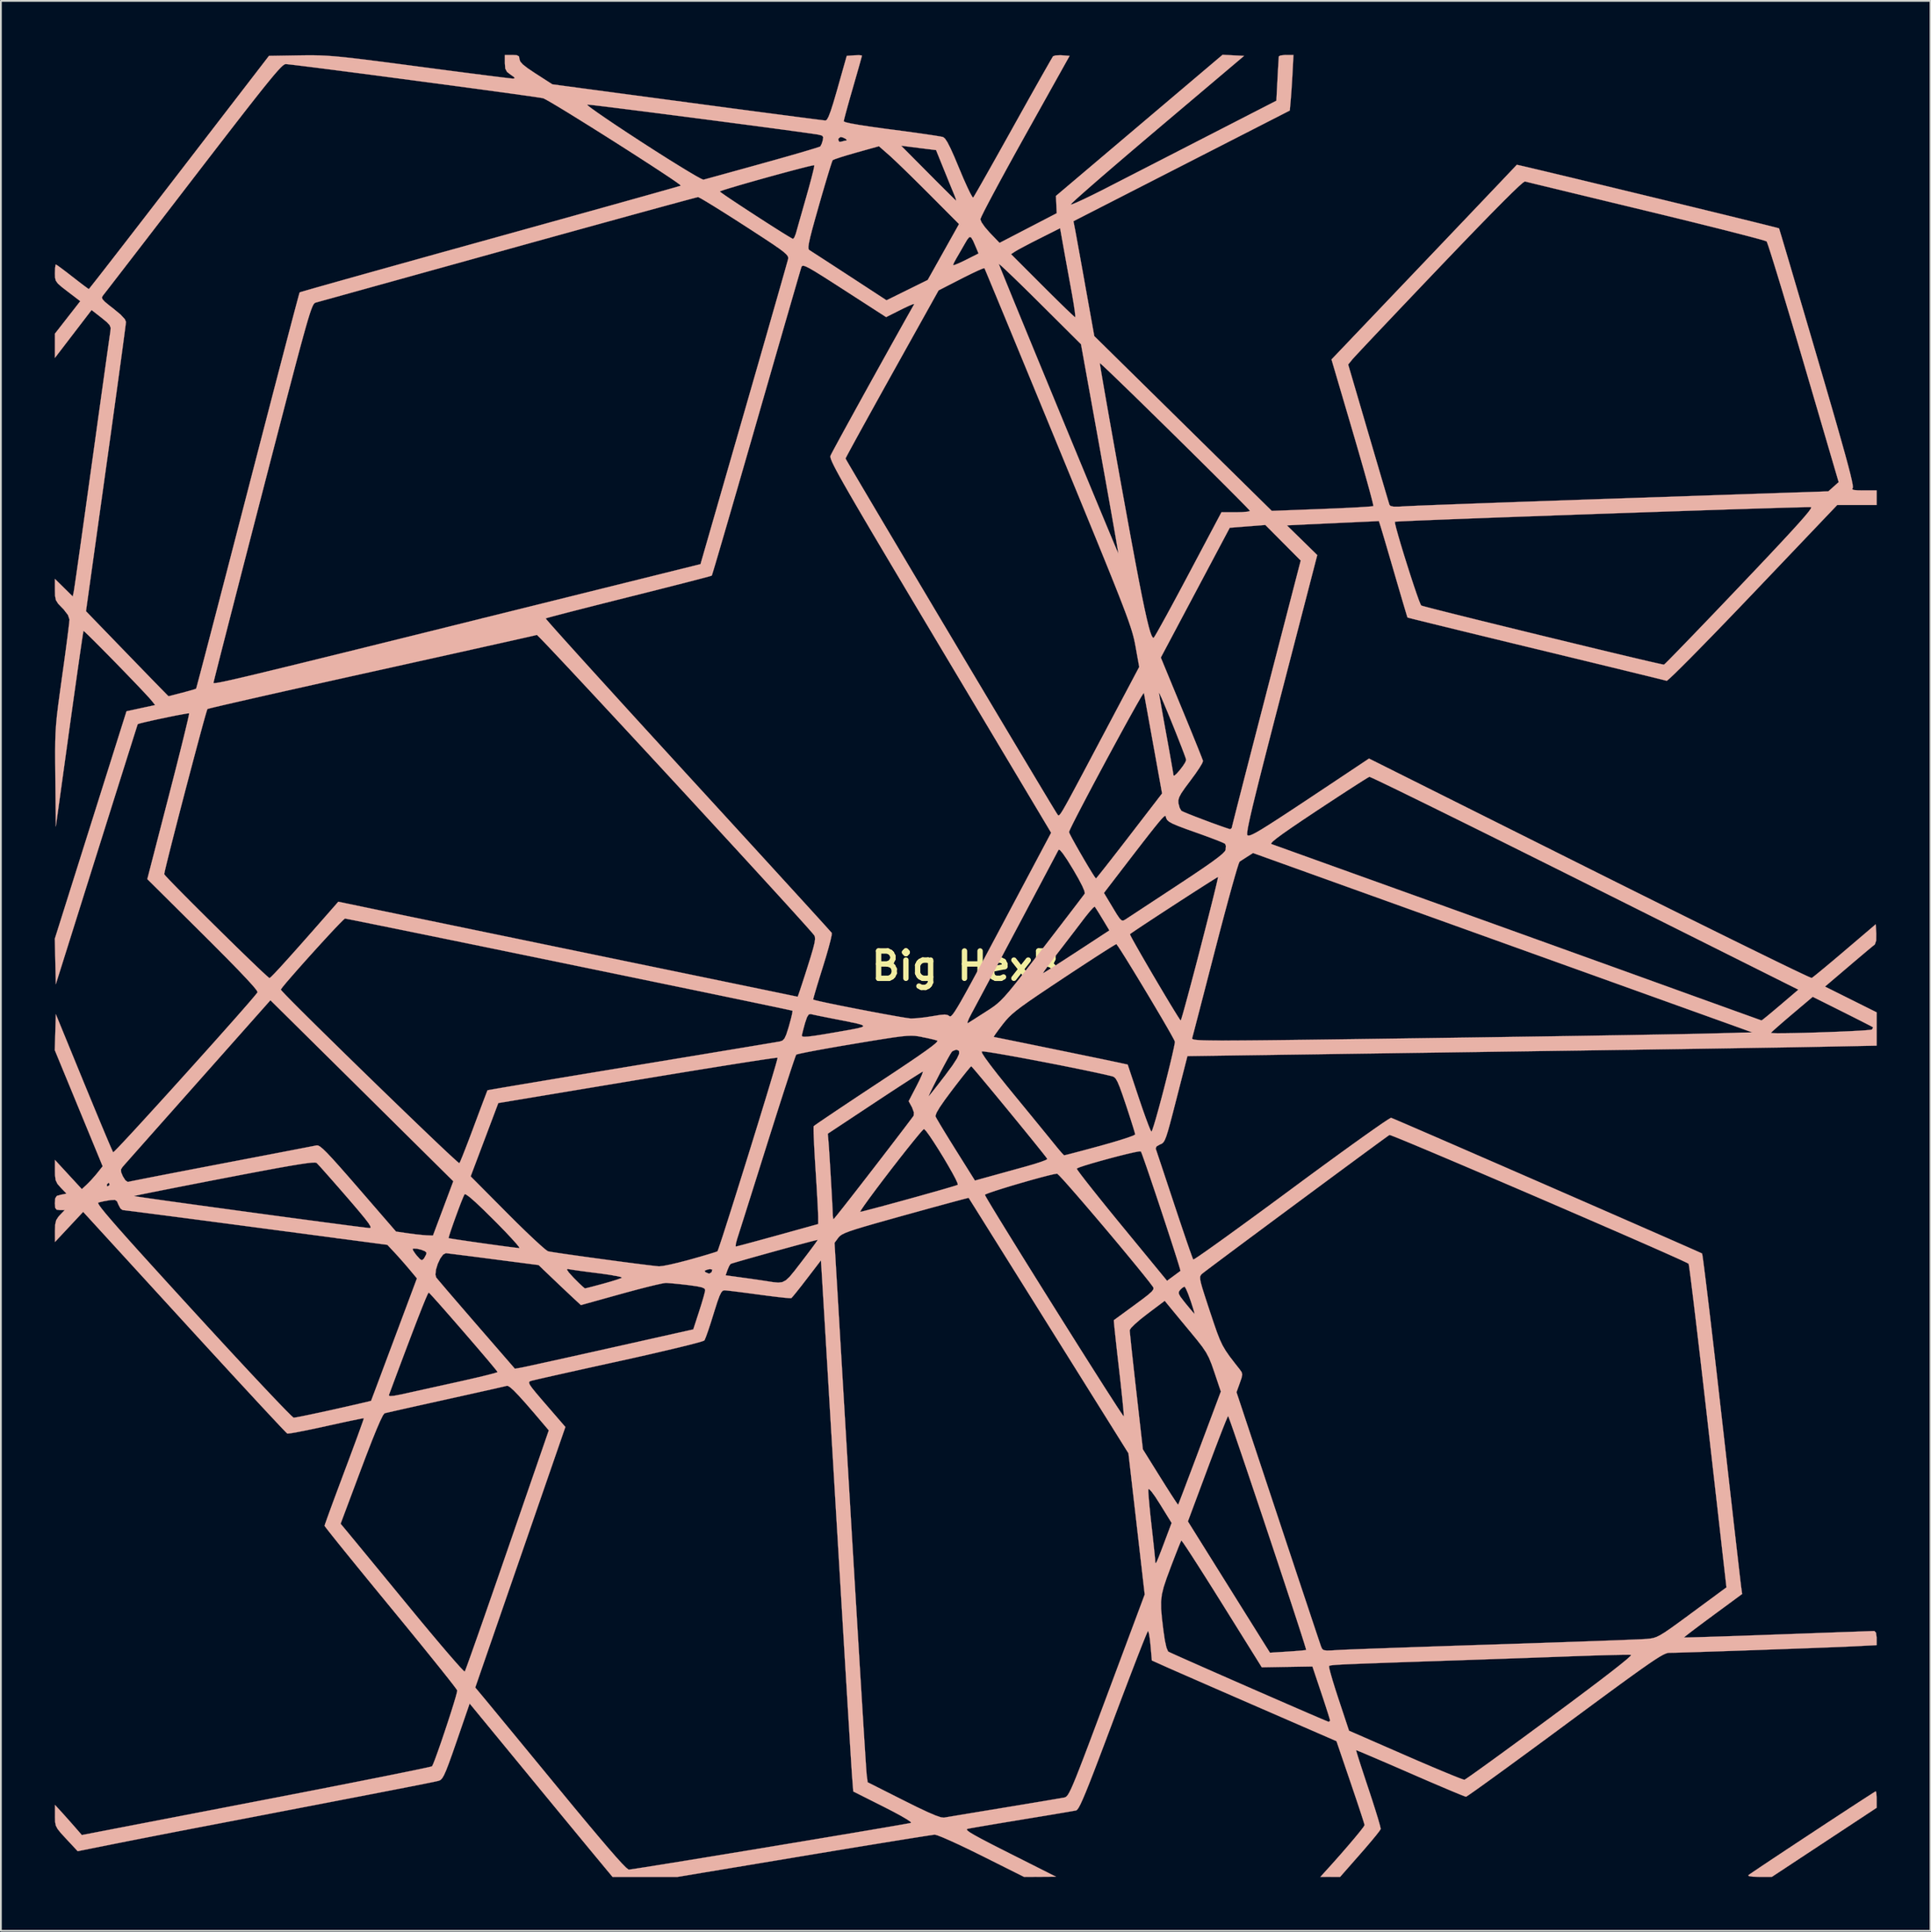
<source format=kicad_pcb>
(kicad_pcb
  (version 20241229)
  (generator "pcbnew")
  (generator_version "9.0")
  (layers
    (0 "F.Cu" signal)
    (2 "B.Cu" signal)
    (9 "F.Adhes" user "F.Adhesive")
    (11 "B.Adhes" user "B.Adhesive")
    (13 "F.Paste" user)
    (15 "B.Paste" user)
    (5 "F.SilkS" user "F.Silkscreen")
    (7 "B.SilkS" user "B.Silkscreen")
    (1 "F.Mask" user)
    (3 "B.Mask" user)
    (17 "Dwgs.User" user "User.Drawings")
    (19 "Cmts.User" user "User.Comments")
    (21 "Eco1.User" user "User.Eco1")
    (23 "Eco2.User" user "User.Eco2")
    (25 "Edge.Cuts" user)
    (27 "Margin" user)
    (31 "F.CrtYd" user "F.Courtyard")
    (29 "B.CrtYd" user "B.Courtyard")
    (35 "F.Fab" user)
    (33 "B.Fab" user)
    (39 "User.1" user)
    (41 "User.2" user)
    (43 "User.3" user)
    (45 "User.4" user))
  (footprint "Big HexB"
    (layer "F.Cu")
    (at 50.813 50.815)
    (property "Reference" "Big HexB" (at 0 0 0) (layer "F.SilkS") (effects (font (size 1.524 1.524) (thickness 0.3))))
    (attr smd)
    (fp_poly (pts (xy 50.782 46.116) (xy 50.798 46.346) (xy 50.8 46.485) (xy 50.8 46.946) (xy 44.958 50.797) (xy 44.252 50.798) (xy 43.894 50.788) (xy 43.681 50.756) (xy 43.642 50.709) (xy 43.747 50.633) (xy 43.999 50.462) (xy 44.374 50.21) (xy 44.852 49.891) (xy 45.411 49.52) (xy 46.03 49.11) (xy 46.687 48.676) (xy 47.36 48.233) (xy 48.028 47.793) (xy 48.669 47.373) (xy 49.262 46.985) (xy 49.785 46.644) (xy 50.217 46.364) (xy 50.535 46.16) (xy 50.719 46.045) (xy 50.755 46.025) (xy 50.782 46.116)) (stroke (width 0.01) (type solid)) (fill yes) (layer "B.SilkS"))
    (fp_poly (pts (xy 14.922 -50.779) (xy 15.521 -50.749) (xy 10.662 -46.64) (xy 9.81 -45.918) (xy 9.007 -45.234) (xy 8.266 -44.599) (xy 7.6 -44.026) (xy 7.022 -43.524) (xy 6.545 -43.105) (xy 6.182 -42.781) (xy 5.946 -42.563) (xy 5.85 -42.462) (xy 5.849 -42.457) (xy 5.949 -42.479) (xy 6.201 -42.583) (xy 6.58 -42.757) (xy 7.057 -42.987) (xy 7.606 -43.261) (xy 7.799 -43.36) (xy 8.325 -43.63) (xy 8.999 -43.976) (xy 9.787 -44.38) (xy 10.656 -44.826) (xy 11.572 -45.296) (xy 12.502 -45.774) (xy 13.413 -46.242) (xy 13.513 -46.293) (xy 17.323 -48.249) (xy 17.385 -49.449) (xy 17.411 -49.924) (xy 17.434 -50.324) (xy 17.452 -50.605) (xy 17.461 -50.724) (xy 17.561 -50.772) (xy 17.792 -50.798) (xy 17.875 -50.8) (xy 18.275 -50.8) (xy 18.227 -49.86) (xy 18.198 -49.351) (xy 18.165 -48.834) (xy 18.132 -48.401) (xy 18.125 -48.311) (xy 18.071 -47.701) (xy 12.038 -44.615) (xy 6.005 -41.529) (xy 6.068 -41.211) (xy 6.103 -41.031) (xy 6.167 -40.68) (xy 6.257 -40.186) (xy 6.368 -39.578) (xy 6.493 -38.885) (xy 6.628 -38.135) (xy 6.65 -38.008) (xy 7.168 -35.122) (xy 17.067 -25.375) (xy 19.872 -25.482) (xy 20.606 -25.512) (xy 21.273 -25.542) (xy 21.845 -25.572) (xy 22.296 -25.6) (xy 22.6 -25.624) (xy 22.73 -25.643) (xy 22.732 -25.644) (xy 22.716 -25.751) (xy 22.648 -26.031) (xy 22.533 -26.465) (xy 22.377 -27.032) (xy 22.186 -27.711) (xy 21.965 -28.483) (xy 21.72 -29.326) (xy 21.593 -29.76) (xy 20.481 -33.537) (xy 21.328 -33.537) (xy 22.454 -29.697) (xy 22.704 -28.846) (xy 22.937 -28.054) (xy 23.146 -27.342) (xy 23.326 -26.732) (xy 23.47 -26.245) (xy 23.572 -25.904) (xy 23.624 -25.731) (xy 23.629 -25.716) (xy 23.694 -25.648) (xy 23.855 -25.614) (xy 24.147 -25.612) (xy 24.564 -25.635) (xy 24.784 -25.646) (xy 25.192 -25.664) (xy 25.775 -25.687) (xy 26.518 -25.716) (xy 27.407 -25.749) (xy 28.428 -25.787) (xy 29.567 -25.828) (xy 30.809 -25.873) (xy 32.14 -25.92) (xy 33.546 -25.969) (xy 35.013 -26.02) (xy 36.526 -26.071) (xy 36.779 -26.08) (xy 48.108 -26.465) (xy 48.396 -26.722) (xy 48.684 -26.979) (xy 46.732 -33.632) (xy 46.401 -34.755) (xy 46.085 -35.823) (xy 45.787 -36.817) (xy 45.515 -37.724) (xy 45.271 -38.525) (xy 45.061 -39.205) (xy 44.891 -39.748) (xy 44.764 -40.138) (xy 44.686 -40.358) (xy 44.666 -40.401) (xy 44.55 -40.445) (xy 44.253 -40.531) (xy 43.791 -40.655) (xy 43.182 -40.814) (xy 42.441 -41.004) (xy 41.585 -41.219) (xy 40.631 -41.456) (xy 39.595 -41.711) (xy 38.494 -41.979) (xy 37.948 -42.111) (xy 36.82 -42.383) (xy 35.749 -42.641) (xy 34.75 -42.883) (xy 33.841 -43.102) (xy 33.038 -43.297) (xy 32.358 -43.461) (xy 31.817 -43.592) (xy 31.433 -43.686) (xy 31.221 -43.738) (xy 31.186 -43.747) (xy 31.08 -43.683) (xy 30.837 -43.47) (xy 30.46 -43.11) (xy 29.948 -42.603) (xy 29.304 -41.951) (xy 28.529 -41.156) (xy 27.624 -40.218) (xy 26.589 -39.138) (xy 26.411 -38.951) (xy 25.612 -38.114) (xy 24.85 -37.313) (xy 24.137 -36.563) (xy 23.486 -35.876) (xy 22.908 -35.266) (xy 22.417 -34.746) (xy 22.025 -34.328) (xy 21.743 -34.026) (xy 21.585 -33.853) (xy 21.561 -33.825) (xy 21.328 -33.537) (xy 20.481 -33.537) (xy 20.398 -33.82) (xy 25.559 -39.236) (xy 26.397 -40.115) (xy 27.192 -40.95) (xy 27.935 -41.73) (xy 28.613 -42.443) (xy 29.217 -43.078) (xy 29.736 -43.623) (xy 30.157 -44.067) (xy 30.471 -44.398) (xy 30.667 -44.604) (xy 30.732 -44.675) (xy 30.83 -44.656) (xy 31.107 -44.593) (xy 31.543 -44.491) (xy 32.12 -44.354) (xy 32.82 -44.187) (xy 33.623 -43.995) (xy 34.512 -43.781) (xy 35.466 -43.551) (xy 36.468 -43.309) (xy 37.498 -43.06) (xy 38.538 -42.808) (xy 39.57 -42.558) (xy 40.573 -42.313) (xy 41.531 -42.08) (xy 42.423 -41.862) (xy 43.231 -41.664) (xy 43.936 -41.49) (xy 44.521 -41.345) (xy 44.965 -41.234) (xy 45.25 -41.161) (xy 45.357 -41.13) (xy 45.358 -41.13) (xy 45.389 -41.029) (xy 45.474 -40.749) (xy 45.606 -40.305) (xy 45.783 -39.712) (xy 45.998 -38.985) (xy 46.247 -38.139) (xy 46.527 -37.191) (xy 46.832 -36.155) (xy 47.158 -35.047) (xy 47.481 -33.945) (xy 47.9 -32.515) (xy 48.263 -31.269) (xy 48.572 -30.198) (xy 48.83 -29.289) (xy 49.041 -28.535) (xy 49.207 -27.923) (xy 49.331 -27.444) (xy 49.415 -27.087) (xy 49.463 -26.843) (xy 49.477 -26.701) (xy 49.467 -26.655) (xy 49.44 -26.583) (xy 49.527 -26.541) (xy 49.761 -26.521) (xy 50.076 -26.518) (xy 50.8 -26.518) (xy 50.8 -25.705) (xy 48.604 -25.705) (xy 43.911 -20.78) (xy 43.111 -19.944) (xy 42.351 -19.154) (xy 41.642 -18.421) (xy 40.995 -17.759) (xy 40.424 -17.178) (xy 39.938 -16.692) (xy 39.551 -16.311) (xy 39.274 -16.048) (xy 39.119 -15.915) (xy 39.091 -15.9) (xy 38.973 -15.931) (xy 38.674 -16.006) (xy 38.21 -16.12) (xy 37.595 -16.27) (xy 36.847 -16.453) (xy 35.98 -16.664) (xy 35.012 -16.899) (xy 33.957 -17.155) (xy 32.832 -17.428) (xy 31.809 -17.675) (xy 30.64 -17.958) (xy 29.529 -18.228) (xy 28.492 -18.48) (xy 27.546 -18.71) (xy 26.706 -18.916) (xy 25.987 -19.092) (xy 25.405 -19.236) (xy 24.975 -19.342) (xy 24.714 -19.409) (xy 24.635 -19.431) (xy 24.603 -19.531) (xy 24.522 -19.8) (xy 24.4 -20.21) (xy 24.246 -20.733) (xy 24.067 -21.343) (xy 23.936 -21.793) (xy 23.739 -22.469) (xy 23.555 -23.098) (xy 23.394 -23.647) (xy 23.265 -24.083) (xy 23.177 -24.376) (xy 23.149 -24.469) (xy 23.053 -24.771) (xy 23.933 -24.771) (xy 23.945 -24.656) (xy 24.012 -24.381) (xy 24.124 -23.979) (xy 24.269 -23.484) (xy 24.438 -22.928) (xy 24.621 -22.344) (xy 24.806 -21.765) (xy 24.983 -21.225) (xy 25.143 -20.755) (xy 25.274 -20.389) (xy 25.367 -20.16) (xy 25.404 -20.098) (xy 25.524 -20.061) (xy 25.821 -19.982) (xy 26.275 -19.865) (xy 26.867 -19.715) (xy 27.576 -19.538) (xy 28.383 -19.337) (xy 29.269 -19.119) (xy 30.213 -18.887) (xy 31.197 -18.646) (xy 32.199 -18.401) (xy 33.201 -18.158) (xy 34.183 -17.92) (xy 35.124 -17.692) (xy 36.006 -17.48) (xy 36.809 -17.289) (xy 37.513 -17.122) (xy 38.097 -16.985) (xy 38.544 -16.883) (xy 38.832 -16.82) (xy 38.942 -16.801) (xy 39.024 -16.875) (xy 39.234 -17.084) (xy 39.559 -17.415) (xy 39.986 -17.855) (xy 40.504 -18.39) (xy 41.099 -19.009) (xy 41.759 -19.697) (xy 42.471 -20.443) (xy 43.178 -21.185) (xy 44.095 -22.15) (xy 44.877 -22.978) (xy 45.53 -23.676) (xy 46.063 -24.252) (xy 46.482 -24.714) (xy 46.793 -25.069) (xy 47.005 -25.325) (xy 47.123 -25.49) (xy 47.155 -25.572) (xy 47.142 -25.584) (xy 47.013 -25.586) (xy 46.699 -25.58) (xy 46.214 -25.568) (xy 45.575 -25.55) (xy 44.798 -25.527) (xy 43.896 -25.499) (xy 42.888 -25.467) (xy 41.787 -25.431) (xy 40.609 -25.392) (xy 39.37 -25.35) (xy 38.086 -25.306) (xy 36.772 -25.261) (xy 35.443 -25.215) (xy 34.115 -25.168) (xy 32.804 -25.121) (xy 31.526 -25.075) (xy 30.295 -25.031) (xy 29.127 -24.988) (xy 28.038 -24.947) (xy 27.044 -24.909) (xy 26.16 -24.874) (xy 25.401 -24.844) (xy 24.783 -24.817) (xy 24.322 -24.796) (xy 24.034 -24.781) (xy 23.933 -24.771) (xy 23.053 -24.771) (xy 23.042 -24.808) (xy 21.706 -24.746) (xy 21.048 -24.716) (xy 20.312 -24.682) (xy 19.601 -24.648) (xy 19.14 -24.627) (xy 17.91 -24.568) (xy 18.757 -23.74) (xy 19.603 -22.911) (xy 17.587 -15.138) (xy 17.209 -13.681) (xy 16.881 -12.408) (xy 16.599 -11.308) (xy 16.361 -10.369) (xy 16.165 -9.581) (xy 16.006 -8.931) (xy 15.884 -8.408) (xy 15.794 -8.001) (xy 15.733 -7.696) (xy 15.701 -7.484) (xy 15.692 -7.353) (xy 15.706 -7.29) (xy 15.713 -7.283) (xy 15.772 -7.269) (xy 15.864 -7.285) (xy 16.004 -7.342) (xy 16.206 -7.447) (xy 16.484 -7.609) (xy 16.851 -7.837) (xy 17.323 -8.139) (xy 17.914 -8.524) (xy 18.636 -9) (xy 19.505 -9.577) (xy 20.059 -9.945) (xy 22.49 -11.564) (xy 34.778 -5.42) (xy 36.258 -4.681) (xy 37.689 -3.968) (xy 39.06 -3.286) (xy 40.361 -2.64) (xy 41.581 -2.037) (xy 42.709 -1.48) (xy 43.735 -0.976) (xy 44.648 -0.529) (xy 45.437 -0.144) (xy 46.093 0.173) (xy 46.604 0.416) (xy 46.96 0.582) (xy 47.15 0.664) (xy 47.18 0.673) (xy 47.288 0.594) (xy 47.526 0.403) (xy 47.871 0.119) (xy 48.299 -0.238) (xy 48.786 -0.649) (xy 49.022 -0.85) (xy 50.749 -2.321) (xy 50.781 -1.798) (xy 50.776 -1.418) (xy 50.704 -1.205) (xy 50.669 -1.171) (xy 50.546 -1.073) (xy 50.298 -0.867) (xy 49.954 -0.577) (xy 49.542 -0.229) (xy 49.223 0.043) (xy 47.92 1.152) (xy 49.36 1.87) (xy 50.8 2.588) (xy 50.8 3.517) (xy 50.8 4.446) (xy 47.473 4.511) (xy 46.905 4.522) (xy 46.152 4.535) (xy 45.234 4.55) (xy 44.17 4.567) (xy 42.978 4.586) (xy 41.677 4.607) (xy 40.286 4.628) (xy 38.823 4.65) (xy 37.309 4.673) (xy 35.761 4.695) (xy 34.199 4.718) (xy 33.122 4.733) (xy 31.518 4.756) (xy 29.887 4.779) (xy 28.251 4.803) (xy 26.631 4.826) (xy 25.049 4.848) (xy 23.528 4.87) (xy 22.09 4.89) (xy 20.756 4.909) (xy 19.548 4.927) (xy 18.488 4.942) (xy 17.599 4.954) (xy 17.23 4.96) (xy 12.362 5.029) (xy 11.743 7.441) (xy 11.55 8.192) (xy 11.398 8.769) (xy 11.279 9.198) (xy 11.183 9.501) (xy 11.102 9.704) (xy 11.028 9.829) (xy 10.952 9.901) (xy 10.865 9.943) (xy 10.834 9.954) (xy 10.639 10.064) (xy 10.591 10.184) (xy 10.634 10.309) (xy 10.732 10.603) (xy 10.878 11.04) (xy 11.063 11.597) (xy 11.279 12.249) (xy 11.519 12.971) (xy 11.631 13.31) (xy 11.878 14.052) (xy 12.107 14.732) (xy 12.309 15.326) (xy 12.476 15.809) (xy 12.601 16.158) (xy 12.673 16.348) (xy 12.687 16.376) (xy 12.778 16.329) (xy 13.017 16.171) (xy 13.393 15.91) (xy 13.89 15.558) (xy 14.497 15.123) (xy 15.198 14.615) (xy 15.981 14.045) (xy 16.832 13.422) (xy 17.737 12.755) (xy 18.173 12.433) (xy 19.1 11.748) (xy 19.982 11.102) (xy 20.803 10.504) (xy 21.55 9.964) (xy 22.21 9.492) (xy 22.768 9.098) (xy 23.212 8.79) (xy 23.526 8.581) (xy 23.697 8.478) (xy 23.724 8.47) (xy 23.882 8.535) (xy 24.205 8.673) (xy 24.678 8.876) (xy 25.283 9.138) (xy 26.007 9.451) (xy 26.832 9.809) (xy 27.742 10.205) (xy 28.723 10.632) (xy 29.758 11.082) (xy 30.831 11.55) (xy 31.927 12.028) (xy 33.029 12.509) (xy 34.122 12.986) (xy 35.19 13.453) (xy 36.217 13.902) (xy 37.188 14.327) (xy 38.085 14.72) (xy 38.895 15.075) (xy 39.6 15.385) (xy 40.185 15.643) (xy 40.634 15.841) (xy 40.931 15.974) (xy 41.06 16.034) (xy 41.065 16.037) (xy 41.086 16.145) (xy 41.128 16.441) (xy 41.189 16.911) (xy 41.268 17.539) (xy 41.362 18.311) (xy 41.471 19.213) (xy 41.591 20.23) (xy 41.722 21.348) (xy 41.862 22.553) (xy 42.008 23.83) (xy 42.158 25.146) (xy 42.311 26.489) (xy 42.458 27.782) (xy 42.597 29.008) (xy 42.728 30.152) (xy 42.847 31.2) (xy 42.955 32.136) (xy 43.048 32.946) (xy 43.125 33.613) (xy 43.184 34.122) (xy 43.224 34.46) (xy 43.242 34.606) (xy 43.3 35.023) (xy 41.667 36.225) (xy 41.172 36.591) (xy 40.739 36.915) (xy 40.393 37.177) (xy 40.158 37.36) (xy 40.059 37.445) (xy 40.058 37.449) (xy 40.161 37.45) (xy 40.448 37.443) (xy 40.9 37.431) (xy 41.498 37.412) (xy 42.222 37.389) (xy 43.055 37.361) (xy 43.976 37.329) (xy 44.967 37.293) (xy 45.314 37.281) (xy 46.328 37.244) (xy 47.282 37.209) (xy 48.157 37.177) (xy 48.933 37.149) (xy 49.59 37.126) (xy 50.109 37.107) (xy 50.471 37.094) (xy 50.655 37.088) (xy 50.673 37.087) (xy 50.763 37.179) (xy 50.8 37.444) (xy 50.8 37.48) (xy 50.8 37.876) (xy 49.555 37.941) (xy 49.205 37.957) (xy 48.696 37.979) (xy 48.053 38.004) (xy 47.302 38.033) (xy 46.468 38.064) (xy 45.578 38.096) (xy 44.657 38.129) (xy 43.73 38.162) (xy 42.824 38.193) (xy 41.963 38.222) (xy 41.175 38.248) (xy 40.483 38.27) (xy 39.914 38.287) (xy 39.494 38.299) (xy 39.249 38.303) (xy 39.232 38.303) (xy 39.144 38.313) (xy 39.032 38.349) (xy 38.883 38.418) (xy 38.686 38.53) (xy 38.429 38.693) (xy 38.099 38.915) (xy 37.685 39.204) (xy 37.173 39.57) (xy 36.553 40.019) (xy 35.811 40.562) (xy 34.936 41.206) (xy 33.916 41.959) (xy 33.433 42.316) (xy 32.505 43.002) (xy 31.624 43.65) (xy 30.803 44.251) (xy 30.057 44.796) (xy 29.399 45.273) (xy 28.843 45.674) (xy 28.402 45.989) (xy 28.091 46.206) (xy 27.923 46.317) (xy 27.897 46.329) (xy 27.781 46.29) (xy 27.501 46.178) (xy 27.081 46.004) (xy 26.545 45.777) (xy 25.914 45.508) (xy 25.213 45.205) (xy 24.79 45.021) (xy 24.063 44.704) (xy 23.399 44.417) (xy 22.818 44.168) (xy 22.344 43.966) (xy 21.999 43.821) (xy 21.804 43.744) (xy 21.769 43.733) (xy 21.793 43.83) (xy 21.873 44.093) (xy 22 44.492) (xy 22.166 45.001) (xy 22.361 45.591) (xy 22.457 45.879) (xy 22.663 46.505) (xy 22.843 47.069) (xy 22.989 47.542) (xy 23.09 47.895) (xy 23.139 48.098) (xy 23.141 48.131) (xy 23.068 48.246) (xy 22.882 48.485) (xy 22.607 48.818) (xy 22.265 49.219) (xy 21.996 49.527) (xy 20.879 50.798) (xy 20.328 50.799) (xy 19.777 50.8) (xy 19.985 50.571) (xy 20.458 50.048) (xy 20.914 49.534) (xy 21.332 49.052) (xy 21.694 48.626) (xy 21.979 48.279) (xy 22.169 48.034) (xy 22.243 47.914) (xy 22.243 47.91) (xy 22.209 47.787) (xy 22.119 47.5) (xy 21.981 47.077) (xy 21.804 46.546) (xy 21.598 45.936) (xy 21.456 45.517) (xy 20.676 43.231) (xy 16.307 41.331) (xy 15.39 40.932) (xy 14.505 40.546) (xy 13.674 40.184) (xy 12.92 39.854) (xy 12.265 39.568) (xy 11.733 39.335) (xy 11.347 39.165) (xy 11.159 39.081) (xy 10.379 38.731) (xy 10.307 37.908) (xy 10.266 37.528) (xy 10.22 37.241) (xy 10.176 37.094) (xy 10.165 37.084) (xy 10.117 37.176) (xy 10.005 37.441) (xy 9.835 37.862) (xy 9.616 38.42) (xy 9.354 39.098) (xy 9.055 39.878) (xy 8.726 40.743) (xy 8.375 41.675) (xy 8.229 42.065) (xy 7.805 43.194) (xy 7.445 44.145) (xy 7.143 44.935) (xy 6.893 45.575) (xy 6.69 46.081) (xy 6.526 46.467) (xy 6.398 46.747) (xy 6.298 46.935) (xy 6.221 47.045) (xy 6.162 47.092) (xy 6.153 47.094) (xy 6.001 47.122) (xy 5.676 47.179) (xy 5.206 47.258) (xy 4.62 47.357) (xy 3.946 47.468) (xy 3.211 47.589) (xy 3.15 47.6) (xy 2.408 47.722) (xy 1.723 47.836) (xy 1.121 47.938) (xy 0.632 48.022) (xy 0.285 48.083) (xy 0.107 48.117) (xy 0.102 48.118) (xy 0.054 48.15) (xy 0.09 48.212) (xy 0.225 48.314) (xy 0.473 48.463) (xy 0.851 48.67) (xy 1.373 48.943) (xy 2.056 49.291) (xy 2.438 49.484) (xy 5.029 50.789) (xy 4.139 50.795) (xy 3.25 50.8) (xy 0.888 49.618) (xy 0.239 49.298) (xy -0.361 49.011) (xy -0.886 48.771) (xy -1.308 48.588) (xy -1.6 48.475) (xy -1.727 48.444) (xy -1.868 48.461) (xy -2.192 48.51) (xy -2.683 48.587) (xy -3.324 48.689) (xy -4.099 48.814) (xy -4.99 48.959) (xy -5.98 49.121) (xy -7.054 49.298) (xy -8.194 49.487) (xy -9.029 49.626) (xy -16.077 50.8) (xy -19.701 50.8) (xy -20.649 49.657) (xy -20.914 49.337) (xy -21.29 48.882) (xy -21.758 48.315) (xy -22.3 47.658) (xy -22.897 46.934) (xy -23.531 46.164) (xy -24.183 45.371) (xy -24.634 44.822) (xy -27.67 41.131) (xy -28.397 43.242) (xy -28.641 43.943) (xy -28.833 44.475) (xy -28.982 44.861) (xy -29.101 45.127) (xy -29.199 45.294) (xy -29.287 45.389) (xy -29.371 45.431) (xy -29.431 45.447) (xy -29.54 45.473) (xy -29.708 45.509) (xy -29.944 45.557) (xy -30.259 45.621) (xy -30.66 45.7) (xy -31.158 45.798) (xy -31.763 45.916) (xy -32.483 46.056) (xy -33.329 46.22) (xy -34.309 46.409) (xy -35.434 46.626) (xy -36.712 46.872) (xy -38.153 47.149) (xy -39.766 47.46) (xy -41.562 47.805) (xy -43.231 48.125) (xy -44.061 48.285) (xy -44.964 48.461) (xy -45.875 48.639) (xy -46.731 48.807) (xy -47.465 48.953) (xy -47.6 48.98) (xy -49.53 49.366) (xy -50.164 48.686) (xy -50.462 48.362) (xy -50.648 48.132) (xy -50.748 47.943) (xy -50.789 47.741) (xy -50.797 47.472) (xy -50.796 47.396) (xy -50.795 46.787) (xy -50.467 47.144) (xy -50.212 47.426) (xy -49.907 47.769) (xy -49.719 47.983) (xy -49.299 48.466) (xy -39.569 46.589) (xy -38.192 46.323) (xy -36.872 46.067) (xy -35.622 45.823) (xy -34.457 45.594) (xy -33.388 45.382) (xy -32.431 45.192) (xy -31.599 45.024) (xy -30.906 44.883) (xy -30.365 44.77) (xy -29.99 44.689) (xy -29.794 44.642) (xy -29.768 44.632) (xy -29.702 44.499) (xy -29.589 44.209) (xy -29.44 43.799) (xy -29.266 43.303) (xy -29.081 42.756) (xy -28.895 42.195) (xy -28.719 41.654) (xy -28.567 41.168) (xy -28.449 40.773) (xy -28.378 40.504) (xy -28.362 40.401) (xy -28.432 40.295) (xy -28.474 40.239) (xy -27.357 40.239) (xy -26.956 40.719) (xy -26.818 40.885) (xy -26.564 41.192) (xy -26.207 41.625) (xy -25.76 42.168) (xy -25.235 42.804) (xy -24.646 43.519) (xy -24.006 44.297) (xy -23.327 45.122) (xy -22.773 45.796) (xy -21.887 46.871) (xy -21.122 47.791) (xy -20.473 48.563) (xy -19.937 49.192) (xy -19.509 49.683) (xy -19.183 50.042) (xy -18.955 50.273) (xy -18.821 50.383) (xy -18.79 50.394) (xy -18.66 50.377) (xy -18.345 50.33) (xy -17.862 50.255) (xy -17.225 50.153) (xy -16.452 50.029) (xy -15.557 49.884) (xy -14.557 49.721) (xy -13.467 49.542) (xy -12.304 49.351) (xy -11.083 49.149) (xy -10.895 49.117) (xy -9.668 48.913) (xy -8.497 48.718) (xy -7.399 48.534) (xy -6.389 48.365) (xy -5.482 48.211) (xy -4.695 48.078) (xy -4.043 47.966) (xy -3.541 47.879) (xy -3.207 47.819) (xy -3.054 47.789) (xy -3.048 47.787) (xy -3.082 47.727) (xy -3.28 47.591) (xy -3.621 47.391) (xy -4.087 47.14) (xy -4.585 46.885) (xy -6.274 46.036) (xy -6.34 45.192) (xy -6.354 44.988) (xy -6.379 44.595) (xy -6.415 44.023) (xy -6.461 43.287) (xy -6.515 42.4) (xy -6.578 41.373) (xy -6.648 40.22) (xy -6.725 38.954) (xy -6.807 37.587) (xy -6.895 36.132) (xy -6.987 34.602) (xy -7.082 33.009) (xy -7.18 31.366) (xy -7.212 30.836) (xy -7.31 29.188) (xy -7.405 27.592) (xy -7.497 26.058) (xy -7.584 24.601) (xy -7.666 23.231) (xy -7.742 21.96) (xy -7.811 20.803) (xy -7.873 19.77) (xy -7.927 18.874) (xy -7.972 18.127) (xy -8.007 17.541) (xy -8.032 17.13) (xy -8.045 16.904) (xy -8.048 16.871) (xy -8.077 16.419) (xy -8.867 17.45) (xy -9.17 17.843) (xy -9.432 18.173) (xy -9.626 18.41) (xy -9.726 18.521) (xy -9.731 18.524) (xy -9.851 18.525) (xy -10.138 18.5) (xy -10.557 18.453) (xy -11.075 18.389) (xy -11.532 18.328) (xy -12.114 18.25) (xy -12.638 18.182) (xy -13.064 18.129) (xy -13.355 18.097) (xy -13.462 18.088) (xy -13.553 18.113) (xy -13.639 18.21) (xy -13.735 18.406) (xy -13.854 18.731) (xy -14.008 19.213) (xy -14.072 19.419) (xy -14.228 19.918) (xy -14.372 20.352) (xy -14.49 20.681) (xy -14.568 20.866) (xy -14.58 20.885) (xy -14.697 20.933) (xy -14.993 21.019) (xy -15.449 21.138) (xy -16.045 21.285) (xy -16.761 21.455) (xy -17.578 21.645) (xy -18.475 21.848) (xy -19.355 22.043) (xy -20.307 22.252) (xy -21.203 22.45) (xy -22.023 22.632) (xy -22.747 22.794) (xy -23.353 22.93) (xy -23.821 23.037) (xy -24.131 23.11) (xy -24.258 23.142) (xy -24.335 23.179) (xy -24.359 23.242) (xy -24.315 23.354) (xy -24.188 23.538) (xy -23.963 23.816) (xy -23.626 24.212) (xy -23.409 24.463) (xy -22.331 25.71) (xy -24.844 32.975) (xy -27.357 40.239) (xy -28.474 40.239) (xy -28.619 40.047) (xy -28.913 39.672) (xy -29.301 39.184) (xy -29.773 38.598) (xy -30.315 37.927) (xy -30.918 37.187) (xy -31.568 36.393) (xy -32.08 35.77) (xy -32.757 34.946) (xy -33.394 34.169) (xy -33.979 33.452) (xy -34.501 32.81) (xy -34.948 32.258) (xy -35.308 31.808) (xy -35.571 31.476) (xy -35.725 31.275) (xy -35.762 31.219) (xy -35.727 31.108) (xy -35.726 31.106) (xy -34.867 31.106) (xy -34.472 31.58) (xy -34.327 31.756) (xy -34.067 32.07) (xy -33.709 32.505) (xy -33.266 33.043) (xy -32.754 33.665) (xy -32.187 34.355) (xy -31.581 35.093) (xy -31.045 35.744) (xy -30.433 36.487) (xy -29.858 37.176) (xy -29.336 37.796) (xy -28.877 38.334) (xy -28.495 38.773) (xy -28.204 39.099) (xy -28.015 39.296) (xy -27.943 39.351) (xy -27.898 39.244) (xy -27.793 38.96) (xy -27.633 38.515) (xy -27.424 37.925) (xy -27.17 37.205) (xy -26.878 36.372) (xy -26.554 35.441) (xy -26.201 34.427) (xy -25.827 33.346) (xy -25.563 32.584) (xy -23.256 25.899) (xy -23.49 25.622) (xy -24.077 24.931) (xy -24.55 24.386) (xy -24.92 23.975) (xy -25.199 23.686) (xy -25.399 23.505) (xy -25.531 23.421) (xy -25.594 23.414) (xy -25.73 23.447) (xy -26.039 23.518) (xy -26.497 23.622) (xy -27.079 23.752) (xy -27.76 23.904) (xy -28.516 24.072) (xy -29.007 24.181) (xy -29.796 24.356) (xy -30.527 24.518) (xy -31.172 24.662) (xy -31.709 24.783) (xy -32.113 24.875) (xy -32.357 24.932) (xy -32.418 24.948) (xy -32.504 25.059) (xy -32.652 25.358) (xy -32.86 25.837) (xy -33.125 26.491) (xy -33.444 27.314) (xy -33.723 28.051) (xy -34.867 31.106) (xy -35.726 31.106) (xy -35.629 30.83) (xy -35.477 30.41) (xy -35.279 29.87) (xy -35.043 29.236) (xy -34.779 28.529) (xy -34.654 28.194) (xy -34.381 27.466) (xy -34.135 26.802) (xy -33.922 26.225) (xy -33.753 25.757) (xy -33.634 25.423) (xy -33.575 25.246) (xy -33.571 25.223) (xy -33.673 25.236) (xy -33.943 25.289) (xy -34.352 25.373) (xy -34.872 25.485) (xy -35.471 25.617) (xy -35.661 25.659) (xy -36.285 25.795) (xy -36.845 25.911) (xy -37.308 26.001) (xy -37.644 26.059) (xy -37.823 26.079) (xy -37.84 26.077) (xy -37.924 25.997) (xy -38.135 25.778) (xy -38.462 25.431) (xy -38.895 24.968) (xy -39.424 24.4) (xy -40.037 23.737) (xy -40.726 22.992) (xy -41.478 22.174) (xy -42.285 21.296) (xy -43.135 20.369) (xy -43.589 19.873) (xy -49.225 13.713) (xy -50.01 14.553) (xy -50.795 15.392) (xy -50.798 14.788) (xy -50.785 14.421) (xy -50.729 14.179) (xy -50.604 13.985) (xy -50.527 13.899) (xy -50.254 13.614) (xy -50.527 13.614) (xy -50.704 13.594) (xy -50.782 13.494) (xy -50.8 13.256) (xy -50.8 13.242) (xy -48.388 13.242) (xy -48.326 13.351) (xy -48.191 13.535) (xy -47.976 13.801) (xy -47.674 14.156) (xy -47.279 14.61) (xy -46.783 15.169) (xy -46.18 15.841) (xy -45.462 16.634) (xy -44.623 17.557) (xy -43.657 18.616) (xy -43.1 19.225) (xy -42.245 20.157) (xy -41.427 21.045) (xy -40.657 21.877) (xy -39.946 22.641) (xy -39.303 23.327) (xy -38.741 23.923) (xy -38.268 24.418) (xy -37.897 24.801) (xy -37.638 25.06) (xy -37.501 25.183) (xy -37.484 25.193) (xy -37.34 25.173) (xy -37.031 25.114) (xy -36.587 25.023) (xy -36.041 24.907) (xy -35.425 24.773) (xy -35.251 24.734) (xy -34.633 24.595) (xy -34.088 24.471) (xy -33.644 24.368) (xy -33.33 24.294) (xy -33.177 24.255) (xy -33.167 24.251) (xy -33.13 24.155) (xy -33.05 23.943) (xy -32.178 23.943) (xy -32.121 23.988) (xy -31.888 23.971) (xy -31.472 23.892) (xy -31.376 23.871) (xy -31.018 23.791) (xy -30.507 23.678) (xy -29.885 23.54) (xy -29.199 23.389) (xy -28.492 23.233) (xy -28.321 23.195) (xy -27.682 23.051) (xy -27.116 22.92) (xy -26.651 22.806) (xy -26.314 22.718) (xy -26.134 22.662) (xy -26.111 22.649) (xy -26.175 22.559) (xy -26.353 22.341) (xy -26.623 22.017) (xy -26.967 21.612) (xy -27.363 21.149) (xy -27.791 20.653) (xy -28.23 20.145) (xy -28.66 19.652) (xy -29.06 19.195) (xy -29.41 18.799) (xy -29.69 18.487) (xy -29.878 18.283) (xy -29.953 18.212) (xy -30.008 18.299) (xy -30.13 18.575) (xy -30.318 19.036) (xy -30.571 19.68) (xy -30.887 20.503) (xy -31.266 21.503) (xy -31.706 22.675) (xy -32.178 23.943) (xy -33.05 23.943) (xy -33.03 23.89) (xy -32.875 23.477) (xy -32.673 22.939) (xy -32.433 22.296) (xy -32.161 21.57) (xy -31.883 20.828) (xy -30.61 17.424) (xy -30.786 17.212) (xy -29.579 17.212) (xy -29.537 17.37) (xy -29.442 17.487) (xy -29.23 17.737) (xy -28.92 18.102) (xy -28.527 18.559) (xy -28.068 19.091) (xy -27.562 19.677) (xy -27.28 20.003) (xy -25.146 22.463) (xy -24.791 22.4) (xy -24.62 22.365) (xy -24.273 22.291) (xy -23.771 22.181) (xy -23.135 22.041) (xy -22.387 21.876) (xy -21.548 21.69) (xy -20.639 21.487) (xy -19.816 21.303) (xy -15.198 20.269) (xy -14.867 19.253) (xy -14.729 18.815) (xy -14.618 18.439) (xy -14.549 18.172) (xy -14.533 18.076) (xy -14.571 17.993) (xy -14.713 17.926) (xy -14.991 17.866) (xy -15.436 17.803) (xy -15.488 17.796) (xy -15.943 17.744) (xy -16.353 17.704) (xy -16.654 17.681) (xy -16.738 17.678) (xy -16.919 17.705) (xy -17.262 17.78) (xy -17.735 17.894) (xy -18.307 18.041) (xy -18.944 18.212) (xy -19.247 18.296) (xy -21.464 18.913) (xy -21.883 18.526) (xy -22.143 18.282) (xy -22.493 17.952) (xy -22.874 17.59) (xy -23.063 17.41) (xy -23.566 16.929) (xy -22.248 16.929) (xy -22.146 17.086) (xy -21.895 17.364) (xy -21.847 17.414) (xy -21.579 17.682) (xy -21.367 17.882) (xy -21.248 17.979) (xy -21.238 17.983) (xy -21.123 17.958) (xy -20.857 17.891) (xy -20.485 17.792) (xy -20.218 17.72) (xy -19.799 17.601) (xy -19.454 17.494) (xy -19.231 17.413) (xy -19.175 17.383) (xy -19.241 17.345) (xy -19.477 17.291) (xy -19.695 17.253) (xy -13.394 17.253) (xy -12.514 17.374) (xy -12.035 17.44) (xy -11.562 17.508) (xy -11.184 17.565) (xy -11.125 17.574) (xy -10.742 17.634) (xy -10.457 17.66) (xy -10.234 17.633) (xy -10.035 17.531) (xy -9.824 17.334) (xy -9.566 17.023) (xy -9.222 16.578) (xy -9.153 16.488) (xy -8.834 16.07) (xy -8.566 15.713) (xy -8.371 15.446) (xy -8.369 15.442) (xy -7.32 15.442) (xy -6.452 30.048) (xy -6.351 31.76) (xy -6.251 33.422) (xy -6.155 35.02) (xy -6.063 36.544) (xy -5.976 37.982) (xy -5.895 39.321) (xy -5.819 40.551) (xy -5.751 41.659) (xy -5.691 42.633) (xy -5.638 43.463) (xy -5.595 44.135) (xy -5.562 44.638) (xy -5.539 44.961) (xy -5.529 45.088) (xy -5.473 45.522) (xy -3.473 46.531) (xy -2.719 46.906) (xy -2.129 47.184) (xy -1.691 47.372) (xy -1.392 47.474) (xy -1.222 47.496) (xy -1.219 47.495) (xy -1.058 47.468) (xy -0.723 47.412) (xy -0.241 47.332) (xy 0.36 47.232) (xy 1.055 47.117) (xy 1.816 46.992) (xy 2.134 46.939) (xy 2.915 46.81) (xy 3.641 46.689) (xy 4.286 46.582) (xy 4.822 46.491) (xy 5.222 46.423) (xy 5.46 46.381) (xy 5.503 46.373) (xy 5.563 46.353) (xy 5.624 46.309) (xy 5.692 46.227) (xy 5.773 46.091) (xy 5.874 45.888) (xy 5.999 45.604) (xy 6.156 45.223) (xy 6.35 44.732) (xy 6.587 44.117) (xy 6.874 43.362) (xy 7.215 42.453) (xy 7.618 41.377) (xy 7.877 40.684) (xy 9.837 35.435) (xy 10.892 35.435) (xy 10.895 35.86) (xy 10.94 36.377) (xy 11.018 37.032) (xy 11.104 37.616) (xy 11.192 38.014) (xy 11.28 38.22) (xy 11.303 38.241) (xy 11.422 38.299) (xy 11.704 38.427) (xy 12.126 38.616) (xy 12.666 38.855) (xy 13.301 39.136) (xy 14.008 39.448) (xy 14.767 39.781) (xy 15.554 40.126) (xy 16.347 40.473) (xy 17.124 40.812) (xy 17.863 41.134) (xy 18.54 41.428) (xy 19.135 41.686) (xy 19.624 41.896) (xy 19.986 42.05) (xy 20.198 42.137) (xy 20.244 42.154) (xy 20.32 42.091) (xy 20.32 42.085) (xy 20.289 41.966) (xy 20.204 41.69) (xy 20.077 41.292) (xy 19.918 40.807) (xy 19.827 40.536) (xy 19.334 39.065) (xy 17.922 39.088) (xy 16.51 39.112) (xy 16.466 39.041) (xy 20.259 39.041) (xy 20.271 39.152) (xy 20.339 39.424) (xy 20.454 39.826) (xy 20.608 40.325) (xy 20.787 40.875) (xy 21.375 42.649) (xy 24.53 44.027) (xy 25.282 44.353) (xy 25.977 44.65) (xy 26.592 44.909) (xy 27.106 45.121) (xy 27.496 45.277) (xy 27.739 45.366) (xy 27.811 45.385) (xy 27.914 45.322) (xy 28.165 45.149) (xy 28.549 44.877) (xy 29.051 44.516) (xy 29.657 44.077) (xy 30.351 43.571) (xy 31.119 43.009) (xy 31.945 42.401) (xy 32.61 41.91) (xy 33.667 41.126) (xy 34.593 40.433) (xy 35.382 39.837) (xy 36.029 39.339) (xy 36.53 38.945) (xy 36.88 38.657) (xy 37.074 38.48) (xy 37.11 38.418) (xy 36.967 38.412) (xy 36.648 38.414) (xy 36.18 38.423) (xy 35.589 38.438) (xy 34.901 38.459) (xy 34.144 38.485) (xy 33.885 38.494) (xy 33.083 38.524) (xy 32.121 38.558) (xy 31.044 38.597) (xy 29.897 38.637) (xy 28.722 38.678) (xy 27.566 38.718) (xy 26.471 38.755) (xy 26.365 38.759) (xy 25.105 38.801) (xy 24.033 38.838) (xy 23.133 38.87) (xy 22.391 38.897) (xy 21.79 38.92) (xy 21.316 38.94) (xy 20.952 38.957) (xy 20.685 38.973) (xy 20.499 38.988) (xy 20.377 39.003) (xy 20.305 39.018) (xy 20.269 39.034) (xy 20.259 39.041) (xy 16.466 39.041) (xy 14.29 35.551) (xy 13.812 34.788) (xy 13.367 34.083) (xy 12.967 33.454) (xy 12.623 32.919) (xy 12.346 32.495) (xy 12.147 32.2) (xy 12.039 32.052) (xy 12.023 32.038) (xy 11.972 32.144) (xy 11.864 32.407) (xy 11.712 32.793) (xy 11.529 33.267) (xy 11.424 33.543) (xy 11.197 34.155) (xy 11.037 34.637) (xy 10.937 35.045) (xy 10.892 35.435) (xy 9.837 35.435) (xy 9.98 35.051) (xy 9.527 31.115) (xy 9.304 29.179) (xy 10.18 29.179) (xy 10.181 29.331) (xy 10.203 29.649) (xy 10.243 30.097) (xy 10.297 30.64) (xy 10.357 31.186) (xy 10.424 31.785) (xy 10.482 32.32) (xy 10.528 32.758) (xy 10.557 33.062) (xy 10.566 33.191) (xy 10.574 33.293) (xy 10.602 33.302) (xy 10.662 33.197) (xy 10.763 32.957) (xy 10.916 32.563) (xy 11.066 32.167) (xy 11.481 31.061) (xy 11.429 30.976) (xy 12.388 30.976) (xy 14.439 34.259) (xy 14.909 35.011) (xy 15.353 35.722) (xy 15.759 36.371) (xy 16.113 36.937) (xy 16.4 37.396) (xy 16.608 37.729) (xy 16.723 37.912) (xy 16.728 37.92) (xy 16.966 38.298) (xy 17.957 38.236) (xy 18.383 38.206) (xy 18.725 38.178) (xy 18.937 38.154) (xy 18.984 38.143) (xy 18.96 38.044) (xy 18.877 37.771) (xy 18.742 37.345) (xy 18.561 36.784) (xy 18.34 36.106) (xy 18.087 35.333) (xy 17.806 34.482) (xy 17.505 33.572) (xy 17.19 32.624) (xy 16.867 31.656) (xy 16.544 30.687) (xy 16.225 29.737) (xy 15.918 28.824) (xy 15.63 27.968) (xy 15.365 27.188) (xy 15.131 26.503) (xy 14.935 25.932) (xy 14.782 25.495) (xy 14.679 25.21) (xy 14.632 25.098) (xy 14.631 25.097) (xy 14.584 25.189) (xy 14.476 25.448) (xy 14.315 25.852) (xy 14.111 26.378) (xy 13.873 27.002) (xy 13.609 27.702) (xy 13.484 28.037) (xy 12.388 30.976) (xy 11.429 30.976) (xy 10.847 30.035) (xy 10.577 29.614) (xy 10.366 29.321) (xy 10.229 29.175) (xy 10.18 29.179) (xy 9.304 29.179) (xy 9.073 27.178) (xy 4.625 20.066) (xy 3.943 18.975) (xy 3.292 17.935) (xy 2.681 16.958) (xy 2.117 16.057) (xy 1.609 15.245) (xy 1.164 14.534) (xy 0.791 13.938) (xy 0.497 13.468) (xy 0.29 13.139) (xy 0.179 12.961) (xy 0.161 12.934) (xy 0.063 12.955) (xy -0.208 13.025) (xy -0.632 13.138) (xy -1.185 13.288) (xy -1.846 13.468) (xy -2.593 13.674) (xy -3.375 13.89) (xy -4.306 14.15) (xy -5.061 14.363) (xy -5.66 14.536) (xy -6.122 14.677) (xy -6.467 14.791) (xy -6.716 14.886) (xy -6.889 14.969) (xy -7.004 15.046) (xy -7.083 15.123) (xy -7.108 15.155) (xy -7.32 15.442) (xy -8.369 15.442) (xy -8.27 15.297) (xy -8.26 15.277) (xy -8.359 15.296) (xy -8.622 15.362) (xy -9.015 15.466) (xy -9.507 15.598) (xy -10.065 15.75) (xy -10.657 15.913) (xy -11.251 16.078) (xy -11.814 16.235) (xy -12.314 16.377) (xy -12.72 16.494) (xy -12.998 16.577) (xy -13.116 16.617) (xy -13.116 16.618) (xy -13.197 16.737) (xy -13.291 16.958) (xy -13.394 17.253) (xy -19.695 17.253) (xy -19.847 17.227) (xy -20.321 17.159) (xy -20.547 17.13) (xy -21.083 17.062) (xy -21.559 16.998) (xy -21.562 16.997) (xy -14.564 16.997) (xy -14.526 17.072) (xy -14.512 17.081) (xy -14.313 17.164) (xy -14.185 17.087) (xy -14.169 17.062) (xy -14.137 16.931) (xy -14.272 16.905) (xy -14.415 16.935) (xy -14.564 16.997) (xy -21.562 16.997) (xy -21.933 16.944) (xy -22.163 16.906) (xy -22.2 16.898) (xy -22.248 16.929) (xy -23.566 16.929) (xy -23.825 16.681) (xy -26.314 16.358) (xy -27.012 16.267) (xy -27.65 16.185) (xy -28.198 16.116) (xy -28.627 16.062) (xy -28.906 16.028) (xy -28.998 16.018) (xy -29.151 16.097) (xy -29.31 16.316) (xy -29.45 16.615) (xy -29.548 16.934) (xy -29.579 17.212) (xy -30.786 17.212) (xy -31.018 16.934) (xy -31.328 16.572) (xy -31.668 16.188) (xy -31.843 15.998) (xy -32.047 15.779) (xy -30.85 15.779) (xy -30.819 15.876) (xy -30.688 16.067) (xy -30.618 16.153) (xy -30.439 16.352) (xy -30.332 16.41) (xy -30.243 16.345) (xy -30.207 16.299) (xy -30.099 16.099) (xy -30.074 15.994) (xy -30.161 15.909) (xy -30.366 15.827) (xy -30.607 15.769) (xy -30.798 15.759) (xy -30.85 15.779) (xy -32.047 15.779) (xy -32.258 15.553) (xy -35.126 15.173) (xy -28.844 15.173) (xy -28.842 15.179) (xy -28.738 15.201) (xy -28.469 15.244) (xy -28.074 15.303) (xy -27.591 15.374) (xy -27.055 15.451) (xy -26.506 15.528) (xy -25.981 15.6) (xy -25.517 15.662) (xy -25.151 15.708) (xy -24.922 15.734) (xy -24.893 15.737) (xy -24.917 15.672) (xy -25.068 15.486) (xy -25.327 15.197) (xy -25.676 14.825) (xy -26.097 14.392) (xy -26.313 14.175) (xy -26.898 13.597) (xy -27.352 13.167) (xy -27.678 12.883) (xy -27.879 12.741) (xy -27.956 12.733) (xy -28.034 12.904) (xy -28.154 13.2) (xy -28.298 13.579) (xy -28.452 13.997) (xy -28.599 14.409) (xy -28.724 14.771) (xy -28.811 15.041) (xy -28.844 15.173) (xy -35.126 15.173) (xy -39.573 14.584) (xy -40.771 14.425) (xy -41.912 14.275) (xy -42.979 14.134) (xy -43.956 14.006) (xy -44.826 13.893) (xy -45.575 13.796) (xy -46.185 13.717) (xy -46.64 13.659) (xy -46.925 13.624) (xy -47.021 13.614) (xy -47.143 13.528) (xy -47.255 13.32) (xy -47.259 13.31) (xy -47.341 13.12) (xy -47.455 13.045) (xy -47.672 13.054) (xy -47.787 13.071) (xy -48.098 13.127) (xy -48.343 13.185) (xy -48.383 13.198) (xy -48.388 13.242) (xy -50.8 13.242) (xy -50.8 13.221) (xy -50.783 12.96) (xy -50.701 12.833) (xy -50.696 12.831) (xy -46.393 12.831) (xy -46.301 12.849) (xy -46.027 12.891) (xy -45.593 12.954) (xy -45.018 13.036) (xy -44.322 13.134) (xy -43.527 13.244) (xy -42.652 13.365) (xy -41.717 13.493) (xy -40.743 13.626) (xy -39.75 13.761) (xy -38.758 13.896) (xy -37.788 14.027) (xy -36.859 14.151) (xy -35.993 14.267) (xy -35.209 14.37) (xy -34.528 14.46) (xy -33.969 14.532) (xy -33.554 14.583) (xy -33.302 14.613) (xy -33.243 14.618) (xy -33.19 14.596) (xy -33.208 14.511) (xy -33.309 14.346) (xy -33.505 14.088) (xy -33.808 13.719) (xy -34.229 13.224) (xy -34.539 12.865) (xy -34.984 12.353) (xy -35.39 11.89) (xy -35.737 11.498) (xy -36.003 11.2) (xy -36.169 11.021) (xy -36.209 10.982) (xy -36.288 10.963) (xy -36.462 10.968) (xy -36.745 10.999) (xy -37.148 11.058) (xy -37.686 11.147) (xy -38.371 11.268) (xy -39.217 11.425) (xy -40.237 11.617) (xy -41.354 11.832) (xy -42.334 12.021) (xy -43.252 12.2) (xy -44.088 12.364) (xy -44.824 12.509) (xy -45.441 12.632) (xy -45.92 12.729) (xy -46.241 12.795) (xy -46.386 12.829) (xy -46.393 12.831) (xy -50.696 12.831) (xy -50.503 12.768) (xy -50.476 12.762) (xy -50.153 12.698) (xy -50.476 12.364) (xy -50.662 12.149) (xy -50.759 11.946) (xy -50.795 11.673) (xy -50.799 11.425) (xy -50.797 10.82) (xy -49.298 12.446) (xy -49.023 12.192) (xy -47.904 12.192) (xy -47.896 12.286) (xy -47.86 12.294) (xy -47.756 12.22) (xy -47.752 12.192) (xy -47.787 12.093) (xy -47.797 12.09) (xy -47.884 12.162) (xy -47.904 12.192) (xy -49.023 12.192) (xy -48.783 11.948) (xy -48.519 11.648) (xy -48.443 11.555) (xy -48.275 11.344) (xy -47.115 11.344) (xy -47.11 11.497) (xy -47.01 11.735) (xy -46.871 11.953) (xy -46.739 12.045) (xy -46.713 12.042) (xy -46.591 12.015) (xy -46.288 11.954) (xy -45.825 11.862) (xy -45.219 11.743) (xy -44.492 11.602) (xy -43.662 11.442) (xy -42.749 11.266) (xy -41.772 11.079) (xy -41.504 11.027) (xy -40.509 10.837) (xy -39.57 10.657) (xy -38.707 10.492) (xy -37.939 10.344) (xy -37.287 10.218) (xy -36.77 10.118) (xy -36.408 10.048) (xy -36.22 10.011) (xy -36.203 10.007) (xy -36.122 10.014) (xy -36.008 10.077) (xy -35.846 10.21) (xy -35.624 10.427) (xy -35.326 10.744) (xy -34.94 11.173) (xy -34.449 11.73) (xy -33.88 12.385) (xy -31.777 14.813) (xy -31.103 14.911) (xy -30.691 14.965) (xy -30.305 15.006) (xy -30.073 15.023) (xy -29.716 15.037) (xy -29.148 13.522) (xy -28.581 12.007) (xy -28.856 11.735) (xy -27.614 11.735) (xy -25.567 13.795) (xy -25.031 14.33) (xy -24.532 14.816) (xy -24.089 15.236) (xy -23.724 15.571) (xy -23.457 15.802) (xy -23.308 15.909) (xy -23.297 15.913) (xy -23.122 15.946) (xy -22.778 16) (xy -22.297 16.071) (xy -21.711 16.154) (xy -21.054 16.246) (xy -20.357 16.341) (xy -19.652 16.436) (xy -18.972 16.527) (xy -18.349 16.607) (xy -17.816 16.674) (xy -17.405 16.723) (xy -17.148 16.75) (xy -17.096 16.753) (xy -16.882 16.73) (xy -16.518 16.659) (xy -16.049 16.55) (xy -15.521 16.414) (xy -15.331 16.362) (xy -14.821 16.217) (xy -14.385 16.089) (xy -14.058 15.989) (xy -13.875 15.928) (xy -13.85 15.916) (xy -13.805 15.807) (xy -13.743 15.626) (xy -12.835 15.626) (xy -12.821 15.647) (xy -12.707 15.621) (xy -12.426 15.548) (xy -12.006 15.435) (xy -11.475 15.291) (xy -10.862 15.123) (xy -10.49 15.021) (xy -8.23 14.394) (xy -8.232 13.979) (xy -8.239 13.756) (xy -8.258 13.367) (xy -8.286 12.847) (xy -8.322 12.233) (xy -8.364 11.56) (xy -8.381 11.289) (xy -8.422 10.629) (xy -8.454 10.037) (xy -8.477 9.544) (xy -8.483 9.355) (xy -7.696 9.355) (xy -7.658 9.783) (xy -7.638 10.045) (xy -7.611 10.45) (xy -7.579 10.957) (xy -7.544 11.526) (xy -7.51 12.114) (xy -7.477 12.682) (xy -7.45 13.187) (xy -7.429 13.591) (xy -7.418 13.85) (xy -7.417 13.909) (xy -7.399 14.08) (xy -7.374 14.122) (xy -7.304 14.045) (xy -7.125 13.824) (xy -7.035 13.711) (xy -5.892 13.711) (xy -5.889 13.716) (xy -5.768 13.69) (xy -5.478 13.616) (xy -5.045 13.503) (xy -4.497 13.356) (xy -3.859 13.183) (xy -3.174 12.994) (xy -2.473 12.8) (xy -2.343 12.763) (xy 1.067 12.763) (xy 1.119 12.868) (xy 1.268 13.125) (xy 1.504 13.518) (xy 1.816 14.031) (xy 2.195 14.647) (xy 2.629 15.35) (xy 3.108 16.124) (xy 3.623 16.951) (xy 4.163 17.816) (xy 4.717 18.701) (xy 5.275 19.591) (xy 5.827 20.469) (xy 6.362 21.319) (xy 6.871 22.123) (xy 7.343 22.867) (xy 7.766 23.532) (xy 8.133 24.102) (xy 8.43 24.562) (xy 8.65 24.895) (xy 8.78 25.083) (xy 8.814 25.12) (xy 8.811 24.999) (xy 8.786 24.703) (xy 8.744 24.26) (xy 8.685 23.7) (xy 8.614 23.048) (xy 8.54 22.401) (xy 8.459 21.695) (xy 8.388 21.06) (xy 8.33 20.521) (xy 8.308 20.307) (xy 9.143 20.307) (xy 9.153 20.445) (xy 9.185 20.76) (xy 9.233 21.226) (xy 9.297 21.817) (xy 9.373 22.508) (xy 9.459 23.273) (xy 9.509 23.714) (xy 9.877 26.956) (xy 10.848 28.515) (xy 11.159 29.01) (xy 11.431 29.438) (xy 11.648 29.771) (xy 11.791 29.983) (xy 11.844 30.048) (xy 11.885 29.95) (xy 11.988 29.685) (xy 12.145 29.274) (xy 12.347 28.739) (xy 12.587 28.104) (xy 12.856 27.391) (xy 13.048 26.878) (xy 14.227 23.734) (xy 13.867 22.662) (xy 13.709 22.209) (xy 13.565 21.856) (xy 13.402 21.549) (xy 13.191 21.235) (xy 12.9 20.861) (xy 12.621 20.521) (xy 12.262 20.088) (xy 11.92 19.675) (xy 11.631 19.325) (xy 11.432 19.083) (xy 11.415 19.063) (xy 11.096 18.674) (xy 10.12 19.408) (xy 9.74 19.706) (xy 9.429 19.976) (xy 9.219 20.186) (xy 9.143 20.307) (xy 8.308 20.307) (xy 8.287 20.107) (xy 8.262 19.843) (xy 8.258 19.755) (xy 8.344 19.693) (xy 8.563 19.532) (xy 8.886 19.296) (xy 9.283 19.006) (xy 9.423 18.903) (xy 9.878 18.567) (xy 10.189 18.325) (xy 10.238 18.28) (xy 11.881 18.28) (xy 11.968 18.443) (xy 12.164 18.7) (xy 12.264 18.825) (xy 12.495 19.105) (xy 12.671 19.312) (xy 12.758 19.404) (xy 12.761 19.406) (xy 12.744 19.317) (xy 12.674 19.082) (xy 12.566 18.746) (xy 12.531 18.644) (xy 12.403 18.287) (xy 12.289 18.02) (xy 12.211 17.888) (xy 12.199 17.882) (xy 12.078 17.949) (xy 11.958 18.063) (xy 11.883 18.168) (xy 11.881 18.28) (xy 10.238 18.28) (xy 10.376 18.155) (xy 10.462 18.037) (xy 10.468 17.947) (xy 10.439 17.893) (xy 10.228 17.613) (xy 9.922 17.228) (xy 9.54 16.757) (xy 9.098 16.219) (xy 8.614 15.635) (xy 8.103 15.025) (xy 7.583 14.409) (xy 7.07 13.806) (xy 6.582 13.236) (xy 6.136 12.72) (xy 5.748 12.277) (xy 5.435 11.927) (xy 5.213 11.69) (xy 5.101 11.586) (xy 5.094 11.583) (xy 4.917 11.611) (xy 4.597 11.686) (xy 4.169 11.797) (xy 3.667 11.935) (xy 3.128 12.089) (xy 2.587 12.248) (xy 2.079 12.403) (xy 1.639 12.543) (xy 1.302 12.658) (xy 1.104 12.736) (xy 1.067 12.763) (xy -2.343 12.763) (xy -1.836 12.62) (xy -1.287 12.464) (xy -0.854 12.337) (xy -0.565 12.249) (xy -0.446 12.207) (xy -0.462 12.107) (xy -0.571 11.871) (xy -0.752 11.532) (xy -0.984 11.125) (xy -1.246 10.681) (xy -1.52 10.236) (xy -1.785 9.821) (xy -2.019 9.471) (xy -2.204 9.219) (xy -2.319 9.099) (xy -2.334 9.093) (xy -2.418 9.171) (xy -2.609 9.39) (xy -2.889 9.73) (xy -3.244 10.171) (xy -3.656 10.693) (xy -4.109 11.275) (xy -4.209 11.405) (xy -4.66 11.995) (xy -5.062 12.529) (xy -5.401 12.988) (xy -5.662 13.351) (xy -5.83 13.599) (xy -5.892 13.711) (xy -7.035 13.711) (xy -6.851 13.479) (xy -6.496 13.027) (xy -6.075 12.487) (xy -5.602 11.877) (xy -5.158 11.303) (xy -4.648 10.641) (xy -4.176 10.026) (xy -3.757 9.478) (xy -3.405 9.017) (xy -3.136 8.661) (xy -2.963 8.431) (xy -2.909 8.355) (xy -1.689 8.355) (xy -1.684 8.399) (xy -1.611 8.536) (xy -1.447 8.816) (xy -1.211 9.208) (xy -0.919 9.683) (xy -0.59 10.212) (xy -0.553 10.271) (xy 0.511 11.969) (xy 1.348 11.737) (xy 1.802 11.612) (xy 2.369 11.455) (xy 2.921 11.302) (xy 6.189 11.302) (xy 6.242 11.395) (xy 6.411 11.626) (xy 6.683 11.98) (xy 7.044 12.438) (xy 7.48 12.984) (xy 7.978 13.601) (xy 8.524 14.271) (xy 8.687 14.469) (xy 11.227 17.56) (xy 11.377 17.449) (xy 13.07 17.449) (xy 13.105 17.643) (xy 13.184 17.935) (xy 13.314 18.35) (xy 13.499 18.917) (xy 13.615 19.268) (xy 13.835 19.926) (xy 14.011 20.433) (xy 14.166 20.829) (xy 14.32 21.157) (xy 14.495 21.456) (xy 14.712 21.769) (xy 14.993 22.136) (xy 15.279 22.499) (xy 15.385 22.65) (xy 15.419 22.786) (xy 15.38 22.979) (xy 15.284 23.257) (xy 15.099 23.772) (xy 17.418 30.758) (xy 17.799 31.907) (xy 18.164 33.004) (xy 18.505 34.031) (xy 18.82 34.975) (xy 19.101 35.818) (xy 19.343 36.546) (xy 19.542 37.142) (xy 19.692 37.59) (xy 19.788 37.874) (xy 19.824 37.976) (xy 19.88 38.091) (xy 19.971 38.155) (xy 20.143 38.178) (xy 20.445 38.169) (xy 20.699 38.152) (xy 20.926 38.14) (xy 21.339 38.122) (xy 21.919 38.099) (xy 22.651 38.072) (xy 23.515 38.041) (xy 24.495 38.006) (xy 25.573 37.969) (xy 26.731 37.93) (xy 27.953 37.889) (xy 29.22 37.848) (xy 29.413 37.842) (xy 30.681 37.801) (xy 31.902 37.76) (xy 33.059 37.72) (xy 34.136 37.683) (xy 35.115 37.648) (xy 35.979 37.616) (xy 36.711 37.588) (xy 37.295 37.564) (xy 37.712 37.546) (xy 37.946 37.533) (xy 37.967 37.531) (xy 38.171 37.51) (xy 38.35 37.477) (xy 38.529 37.417) (xy 38.735 37.315) (xy 38.994 37.156) (xy 39.332 36.924) (xy 39.774 36.606) (xy 40.348 36.185) (xy 40.51 36.065) (xy 42.425 34.654) (xy 41.402 25.663) (xy 41.25 24.333) (xy 41.103 23.061) (xy 40.964 21.862) (xy 40.833 20.749) (xy 40.713 19.738) (xy 40.606 18.842) (xy 40.512 18.077) (xy 40.435 17.456) (xy 40.375 16.995) (xy 40.334 16.707) (xy 40.314 16.608) (xy 40.202 16.547) (xy 39.92 16.414) (xy 39.485 16.217) (xy 38.914 15.962) (xy 38.222 15.656) (xy 37.425 15.306) (xy 36.541 14.92) (xy 35.585 14.504) (xy 34.573 14.065) (xy 33.521 13.61) (xy 32.447 13.146) (xy 31.365 12.68) (xy 30.292 12.22) (xy 29.245 11.771) (xy 28.239 11.341) (xy 27.29 10.937) (xy 26.416 10.567) (xy 25.632 10.236) (xy 24.954 9.952) (xy 24.399 9.722) (xy 23.982 9.553) (xy 23.72 9.452) (xy 23.63 9.424) (xy 23.508 9.51) (xy 23.241 9.703) (xy 22.847 9.991) (xy 22.343 10.361) (xy 21.745 10.801) (xy 21.071 11.298) (xy 20.338 11.839) (xy 19.564 12.412) (xy 18.764 13.004) (xy 17.957 13.602) (xy 17.159 14.193) (xy 16.388 14.766) (xy 15.66 15.306) (xy 14.994 15.802) (xy 14.405 16.241) (xy 13.911 16.611) (xy 13.529 16.897) (xy 13.277 17.089) (xy 13.171 17.173) (xy 13.171 17.173) (xy 13.108 17.241) (xy 13.073 17.324) (xy 13.07 17.449) (xy 11.377 17.449) (xy 11.582 17.297) (xy 11.807 17.131) (xy 11.952 17.023) (xy 11.974 17.007) (xy 11.952 16.908) (xy 11.874 16.644) (xy 11.748 16.241) (xy 11.584 15.726) (xy 11.389 15.127) (xy 11.174 14.469) (xy 10.947 13.781) (xy 10.717 13.088) (xy 10.492 12.418) (xy 10.283 11.798) (xy 10.097 11.254) (xy 9.943 10.814) (xy 9.832 10.504) (xy 9.77 10.351) (xy 9.764 10.341) (xy 9.652 10.344) (xy 9.383 10.395) (xy 8.996 10.484) (xy 8.529 10.6) (xy 8.02 10.734) (xy 7.509 10.874) (xy 7.032 11.01) (xy 6.629 11.133) (xy 6.337 11.231) (xy 6.195 11.295) (xy 6.189 11.302) (xy 2.921 11.302) (xy 2.969 11.289) (xy 3.382 11.175) (xy 3.838 11.042) (xy 4.209 10.921) (xy 4.459 10.826) (xy 4.551 10.767) (xy 4.55 10.765) (xy 4.48 10.666) (xy 4.299 10.435) (xy 4.027 10.095) (xy 3.683 9.668) (xy 3.284 9.177) (xy 2.849 8.644) (xy 2.397 8.093) (xy 1.946 7.545) (xy 1.515 7.023) (xy 1.122 6.55) (xy 0.786 6.148) (xy 0.526 5.84) (xy 0.359 5.648) (xy 0.305 5.593) (xy 0.229 5.668) (xy 0.054 5.879) (xy -0.201 6.198) (xy -0.513 6.599) (xy -0.748 6.906) (xy -1.164 7.465) (xy -1.454 7.885) (xy -1.626 8.177) (xy -1.689 8.355) (xy -2.909 8.355) (xy -2.904 8.348) (xy -2.894 8.164) (xy -2.993 7.894) (xy -3.003 7.876) (xy -3.184 7.541) (xy -3.042 7.268) (xy -2.066 7.268) (xy -2.062 7.264) (xy -1.965 7.149) (xy -1.771 6.906) (xy -1.507 6.567) (xy -1.197 6.166) (xy -1.123 6.068) (xy -0.739 5.548) (xy -0.49 5.163) (xy -0.369 4.898) (xy -0.371 4.766) (xy 0.883 4.766) (xy 0.916 4.874) (xy 1.078 5.126) (xy 1.362 5.515) (xy 1.762 6.033) (xy 2.273 6.671) (xy 2.648 7.131) (xy 3.153 7.746) (xy 3.639 8.339) (xy 4.085 8.884) (xy 4.469 9.355) (xy 4.77 9.724) (xy 4.964 9.964) (xy 4.973 9.975) (xy 5.205 10.257) (xy 5.386 10.465) (xy 5.482 10.559) (xy 5.486 10.561) (xy 5.595 10.538) (xy 5.87 10.469) (xy 6.28 10.361) (xy 6.794 10.224) (xy 7.383 10.064) (xy 7.493 10.035) (xy 8.089 9.867) (xy 8.612 9.71) (xy 9.032 9.575) (xy 9.319 9.47) (xy 9.446 9.405) (xy 9.449 9.398) (xy 9.418 9.272) (xy 9.333 8.987) (xy 9.205 8.581) (xy 9.045 8.087) (xy 8.936 7.757) (xy 8.737 7.17) (xy 8.584 6.749) (xy 8.465 6.465) (xy 8.365 6.29) (xy 8.271 6.196) (xy 8.176 6.155) (xy 7.76 6.056) (xy 7.221 5.938) (xy 6.587 5.804) (xy 5.885 5.661) (xy 5.141 5.512) (xy 4.382 5.365) (xy 3.634 5.222) (xy 2.925 5.09) (xy 2.28 4.974) (xy 1.727 4.878) (xy 1.292 4.808) (xy 1.002 4.769) (xy 0.883 4.766) (xy 0.883 4.766) (xy -0.371 4.766) (xy -0.371 4.741) (xy -0.49 4.677) (xy -0.543 4.674) (xy -0.73 4.746) (xy -0.787 4.801) (xy -0.874 4.939) (xy -1.02 5.197) (xy -1.204 5.537) (xy -1.409 5.924) (xy -1.614 6.321) (xy -1.802 6.69) (xy -1.952 6.995) (xy -2.047 7.2) (xy -2.066 7.268) (xy -3.042 7.268) (xy -2.755 6.717) (xy -2.575 6.358) (xy -2.448 6.078) (xy -2.392 5.917) (xy -2.396 5.893) (xy -2.495 5.947) (xy -2.741 6.1) (xy -3.115 6.338) (xy -3.595 6.649) (xy -4.159 7.017) (xy -4.788 7.431) (xy -5.08 7.624) (xy -7.696 9.355) (xy -8.483 9.355) (xy -8.488 9.179) (xy -8.487 8.973) (xy -8.482 8.938) (xy -8.39 8.868) (xy -8.146 8.698) (xy -7.767 8.441) (xy -7.273 8.108) (xy -6.681 7.713) (xy -6.01 7.266) (xy -5.276 6.781) (xy -4.919 6.545) (xy -4.011 5.945) (xy -3.265 5.446) (xy -2.669 5.041) (xy -2.214 4.722) (xy -1.889 4.482) (xy -1.683 4.314) (xy -1.586 4.21) (xy -1.587 4.162) (xy -1.59 4.161) (xy -1.784 4.107) (xy -2.105 4.033) (xy -2.443 3.962) (xy 1.559 3.962) (xy 1.665 3.982) (xy 1.942 4.037) (xy 2.363 4.122) (xy 2.9 4.231) (xy 3.526 4.359) (xy 4.212 4.499) (xy 4.932 4.647) (xy 5.658 4.796) (xy 6.362 4.941) (xy 7.016 5.076) (xy 7.593 5.195) (xy 8.065 5.294) (xy 8.406 5.366) (xy 8.503 5.386) (xy 9.03 5.501) (xy 9.654 7.373) (xy 9.851 7.951) (xy 10.03 8.456) (xy 10.181 8.86) (xy 10.292 9.132) (xy 10.354 9.244) (xy 10.357 9.246) (xy 10.403 9.151) (xy 10.49 8.887) (xy 10.612 8.478) (xy 10.76 7.951) (xy 10.926 7.334) (xy 11.066 6.8) (xy 11.238 6.121) (xy 11.39 5.504) (xy 11.515 4.977) (xy 11.606 4.568) (xy 11.657 4.306) (xy 11.665 4.223) (xy 11.603 4.089) (xy 11.579 4.047) (xy 12.625 4.047) (xy 12.639 4.072) (xy 12.679 4.093) (xy 12.757 4.112) (xy 12.88 4.128) (xy 13.06 4.14) (xy 13.305 4.15) (xy 13.627 4.156) (xy 14.034 4.16) (xy 14.537 4.161) (xy 15.146 4.158) (xy 15.87 4.153) (xy 16.719 4.145) (xy 17.703 4.134) (xy 18.833 4.12) (xy 20.117 4.103) (xy 21.566 4.084) (xy 23.19 4.061) (xy 24.998 4.036) (xy 26.772 4.011) (xy 28.338 3.989) (xy 29.895 3.966) (xy 31.423 3.943) (xy 32.906 3.921) (xy 34.326 3.899) (xy 35.665 3.877) (xy 36.906 3.857) (xy 38.029 3.837) (xy 39.019 3.82) (xy 39.856 3.804) (xy 40.524 3.791) (xy 40.959 3.781) (xy 42.858 3.734) (xy 44.907 3.734) (xy 45.003 3.748) (xy 45.271 3.755) (xy 45.679 3.753) (xy 46.195 3.745) (xy 46.789 3.731) (xy 47.428 3.712) (xy 48.082 3.69) (xy 48.718 3.666) (xy 49.305 3.64) (xy 49.813 3.613) (xy 50.209 3.587) (xy 50.461 3.563) (xy 50.539 3.546) (xy 50.6 3.439) (xy 50.59 3.417) (xy 50.489 3.36) (xy 50.236 3.229) (xy 49.86 3.037) (xy 49.391 2.8) (xy 48.891 2.549) (xy 47.237 1.722) (xy 46.072 2.706) (xy 45.666 3.052) (xy 45.322 3.351) (xy 45.066 3.578) (xy 44.926 3.71) (xy 44.907 3.734) (xy 42.858 3.734) (xy 43.87 3.708) (xy 29.946 -1.294) (xy 16.022 -6.297) (xy 15.707 -6.097) (xy 15.464 -5.941) (xy 15.286 -5.826) (xy 15.273 -5.817) (xy 15.224 -5.706) (xy 15.131 -5.417) (xy 14.999 -4.969) (xy 14.833 -4.383) (xy 14.639 -3.677) (xy 14.422 -2.871) (xy 14.187 -1.985) (xy 13.94 -1.036) (xy 13.921 -0.964) (xy 13.674 -0.008) (xy 13.442 0.891) (xy 13.229 1.713) (xy 13.041 2.44) (xy 12.882 3.05) (xy 12.759 3.524) (xy 12.675 3.843) (xy 12.637 3.985) (xy 12.637 3.988) (xy 12.627 4.019) (xy 12.625 4.047) (xy 11.579 4.047) (xy 11.452 3.814) (xy 11.23 3.423) (xy 10.95 2.941) (xy 10.628 2.396) (xy 10.281 1.811) (xy 9.922 1.213) (xy 9.568 0.628) (xy 9.234 0.081) (xy 8.936 -0.402) (xy 8.689 -0.795) (xy 8.508 -1.072) (xy 8.409 -1.208) (xy 8.397 -1.217) (xy 8.295 -1.164) (xy 8.044 -1.01) (xy 7.664 -0.77) (xy 7.176 -0.456) (xy 6.6 -0.081) (xy 5.956 0.341) (xy 5.451 0.675) (xy 4.666 1.197) (xy 4.031 1.623) (xy 3.525 1.97) (xy 3.128 2.253) (xy 2.82 2.487) (xy 2.579 2.689) (xy 2.387 2.873) (xy 2.221 3.056) (xy 2.062 3.253) (xy 2.052 3.266) (xy 1.817 3.577) (xy 1.644 3.816) (xy 1.561 3.948) (xy 1.559 3.962) (xy -2.443 3.962) (xy -2.458 3.959) (xy -2.656 3.923) (xy -2.843 3.899) (xy -3.045 3.891) (xy -3.287 3.9) (xy -3.594 3.929) (xy -3.992 3.981) (xy -4.507 4.059) (xy -5.164 4.164) (xy -5.989 4.301) (xy -6.257 4.346) (xy -7.03 4.476) (xy -7.738 4.6) (xy -8.356 4.713) (xy -8.861 4.809) (xy -9.226 4.885) (xy -9.426 4.934) (xy -9.457 4.947) (xy -9.502 5.058) (xy -9.602 5.343) (xy -9.75 5.785) (xy -9.94 6.365) (xy -10.167 7.064) (xy -10.424 7.863) (xy -10.704 8.744) (xy -11.003 9.688) (xy -11.072 9.906) (xy -11.377 10.875) (xy -11.667 11.798) (xy -11.937 12.653) (xy -12.179 13.42) (xy -12.387 14.079) (xy -12.555 14.608) (xy -12.676 14.988) (xy -12.743 15.198) (xy -12.749 15.215) (xy -12.819 15.472) (xy -12.835 15.626) (xy -13.743 15.626) (xy -13.709 15.526) (xy -13.566 15.095) (xy -13.386 14.535) (xy -13.173 13.868) (xy -12.934 13.114) (xy -12.677 12.296) (xy -12.407 11.434) (xy -12.131 10.551) (xy -11.857 9.666) (xy -11.59 8.802) (xy -11.338 7.98) (xy -11.106 7.221) (xy -10.902 6.546) (xy -10.733 5.977) (xy -10.603 5.536) (xy -10.522 5.243) (xy -10.494 5.12) (xy -10.495 5.118) (xy -10.602 5.125) (xy -10.893 5.164) (xy -11.355 5.231) (xy -11.97 5.325) (xy -12.725 5.443) (xy -13.603 5.583) (xy -14.589 5.742) (xy -15.667 5.917) (xy -16.823 6.107) (xy -18.041 6.309) (xy -18.312 6.354) (xy -26.072 7.647) (xy -26.843 9.691) (xy -27.614 11.735) (xy -28.856 11.735) (xy -31.283 9.331) (xy -32.036 8.585) (xy -32.867 7.763) (xy -33.734 6.904) (xy -34.597 6.05) (xy -35.414 5.241) (xy -36.144 4.52) (xy -36.383 4.283) (xy -38.781 1.912) (xy -42.825 6.468) (xy -43.555 7.291) (xy -44.248 8.072) (xy -44.892 8.797) (xy -45.474 9.453) (xy -45.981 10.025) (xy -46.402 10.5) (xy -46.725 10.865) (xy -46.936 11.104) (xy -47.024 11.204) (xy -47.115 11.344) (xy -48.275 11.344) (xy -48.138 11.171) (xy -49.473 7.933) (xy -50.808 4.695) (xy -50.778 3.694) (xy -50.749 2.692) (xy -49.187 6.502) (xy -48.845 7.332) (xy -48.526 8.104) (xy -48.238 8.796) (xy -47.989 9.39) (xy -47.788 9.865) (xy -47.643 10.199) (xy -47.563 10.373) (xy -47.551 10.393) (xy -47.476 10.331) (xy -47.281 10.133) (xy -46.98 9.814) (xy -46.586 9.392) (xy -46.116 8.882) (xy -45.583 8.299) (xy -45.001 7.661) (xy -44.385 6.983) (xy -43.75 6.28) (xy -43.11 5.57) (xy -42.479 4.868) (xy -41.871 4.189) (xy -41.302 3.55) (xy -40.785 2.968) (xy -40.336 2.457) (xy -39.967 2.034) (xy -39.695 1.715) (xy -39.532 1.515) (xy -39.497 1.466) (xy -39.549 1.359) (xy -39.581 1.32) (xy -38.202 1.32) (xy -38.131 1.409) (xy -37.929 1.622) (xy -37.611 1.948) (xy -37.19 2.371) (xy -36.681 2.877) (xy -36.098 3.454) (xy -35.455 4.085) (xy -34.768 4.759) (xy -34.05 5.46) (xy -33.316 6.175) (xy -32.58 6.89) (xy -31.856 7.59) (xy -31.16 8.262) (xy -30.505 8.892) (xy -29.905 9.466) (xy -29.376 9.97) (xy -28.931 10.389) (xy -28.584 10.71) (xy -28.351 10.919) (xy -28.246 11.002) (xy -28.242 11.003) (xy -28.186 10.887) (xy -28.071 10.61) (xy -27.91 10.202) (xy -27.713 9.691) (xy -27.493 9.108) (xy -27.431 8.941) (xy -27.21 8.348) (xy -27.013 7.823) (xy -26.852 7.396) (xy -26.737 7.094) (xy -26.679 6.945) (xy -26.674 6.935) (xy -26.573 6.915) (xy -26.287 6.865) (xy -25.83 6.786) (xy -25.218 6.682) (xy -24.466 6.556) (xy -23.588 6.409) (xy -22.601 6.244) (xy -21.518 6.064) (xy -20.355 5.871) (xy -19.127 5.668) (xy -18.636 5.587) (xy -17.38 5.379) (xy -16.178 5.18) (xy -15.045 4.993) (xy -13.998 4.819) (xy -13.052 4.662) (xy -12.222 4.524) (xy -11.525 4.408) (xy -10.975 4.316) (xy -10.589 4.251) (xy -10.383 4.215) (xy -10.356 4.21) (xy -10.218 4.16) (xy -10.111 4.047) (xy -10.04 3.893) (xy -9.144 3.893) (xy -9.113 3.935) (xy -9.004 3.951) (xy -8.795 3.94) (xy -8.462 3.898) (xy -7.984 3.824) (xy -7.337 3.714) (xy -7.061 3.666) (xy -6.46 3.561) (xy -6.032 3.478) (xy -5.779 3.41) (xy -5.706 3.346) (xy -5.816 3.279) (xy -6.113 3.198) (xy -6.441 3.13) (xy 0.098 3.13) (xy 0.102 3.199) (xy 0.114 3.194) (xy 0.255 3.105) (xy 0.524 2.934) (xy 0.876 2.709) (xy 1.137 2.542) (xy 1.37 2.392) (xy 1.572 2.252) (xy 1.759 2.105) (xy 1.949 1.932) (xy 2.158 1.715) (xy 2.403 1.436) (xy 2.699 1.075) (xy 3.064 0.616) (xy 3.227 0.406) (xy 4.308 0.406) (xy 4.404 0.353) (xy 4.644 0.205) (xy 5.003 -0.023) (xy 5.456 -0.315) (xy 5.977 -0.653) (xy 6.184 -0.787) (xy 7.687 -1.77) (xy 9.156 -1.77) (xy 9.195 -1.678) (xy 9.322 -1.438) (xy 9.523 -1.08) (xy 9.78 -0.629) (xy 10.078 -0.114) (xy 10.4 0.438) (xy 10.731 0.999) (xy 11.054 1.543) (xy 11.353 2.042) (xy 11.613 2.469) (xy 11.816 2.796) (xy 11.947 2.996) (xy 11.989 3.046) (xy 12.024 2.951) (xy 12.105 2.68) (xy 12.224 2.254) (xy 12.377 1.693) (xy 12.558 1.018) (xy 12.762 0.249) (xy 12.982 -0.592) (xy 13.072 -0.94) (xy 13.295 -1.806) (xy 13.5 -2.608) (xy 13.682 -3.326) (xy 13.835 -3.94) (xy 13.954 -4.428) (xy 14.034 -4.77) (xy 14.07 -4.944) (xy 14.071 -4.962) (xy 13.984 -4.915) (xy 13.754 -4.773) (xy 13.406 -4.553) (xy 12.966 -4.272) (xy 12.46 -3.947) (xy 11.914 -3.594) (xy 11.354 -3.23) (xy 10.806 -2.873) (xy 10.295 -2.538) (xy 9.849 -2.244) (xy 9.493 -2.006) (xy 9.252 -1.842) (xy 9.156 -1.77) (xy 7.687 -1.77) (xy 8.01 -1.981) (xy 7.626 -2.619) (xy 7.433 -2.936) (xy 7.279 -3.18) (xy 7.195 -3.303) (xy 7.192 -3.307) (xy 7.113 -3.254) (xy 6.943 -3.071) (xy 6.714 -2.79) (xy 6.581 -2.619) (xy 6.299 -2.248) (xy 5.938 -1.775) (xy 5.543 -1.26) (xy 5.16 -0.763) (xy 5.14 -0.737) (xy 4.829 -0.33) (xy 4.573 0.014) (xy 4.393 0.264) (xy 4.31 0.394) (xy 4.308 0.406) (xy 3.227 0.406) (xy 3.514 0.038) (xy 4.065 -0.675) (xy 4.291 -0.968) (xy 4.812 -1.644) (xy 5.295 -2.273) (xy 5.726 -2.835) (xy 6.09 -3.311) (xy 6.373 -3.683) (xy 6.561 -3.931) (xy 6.639 -4.038) (xy 6.634 -4.071) (xy 7.706 -4.071) (xy 8.194 -3.258) (xy 8.423 -2.88) (xy 8.579 -2.65) (xy 8.689 -2.541) (xy 8.783 -2.528) (xy 8.891 -2.582) (xy 8.913 -2.597) (xy 9.054 -2.689) (xy 9.342 -2.878) (xy 9.754 -3.149) (xy 10.267 -3.486) (xy 10.859 -3.875) (xy 11.506 -4.3) (xy 11.787 -4.485) (xy 12.582 -5.011) (xy 13.218 -5.44) (xy 13.709 -5.782) (xy 14.068 -6.048) (xy 14.31 -6.247) (xy 14.447 -6.389) (xy 14.492 -6.471) (xy 14.508 -6.693) (xy 14.465 -6.809) (xy 14.413 -6.836) (xy 17.032 -6.836) (xy 17.043 -6.798) (xy 17.164 -6.754) (xy 17.462 -6.647) (xy 17.922 -6.481) (xy 18.529 -6.263) (xy 19.269 -5.997) (xy 20.126 -5.689) (xy 21.086 -5.344) (xy 22.135 -4.967) (xy 23.258 -4.564) (xy 24.439 -4.139) (xy 24.943 -3.958) (xy 26.337 -3.458) (xy 27.82 -2.924) (xy 29.361 -2.37) (xy 30.926 -1.807) (xy 32.481 -1.247) (xy 33.994 -0.702) (xy 35.433 -0.184) (xy 36.763 0.295) (xy 37.952 0.724) (xy 38.506 0.924) (xy 39.545 1.299) (xy 40.525 1.653) (xy 41.431 1.979) (xy 42.246 2.273) (xy 42.953 2.528) (xy 43.537 2.738) (xy 43.98 2.897) (xy 44.267 3) (xy 44.38 3.04) (xy 44.381 3.041) (xy 44.466 2.981) (xy 44.675 2.814) (xy 44.979 2.562) (xy 45.348 2.251) (xy 45.425 2.186) (xy 46.436 1.324) (xy 34.536 -4.627) (xy 33.079 -5.355) (xy 31.671 -6.056) (xy 30.324 -6.727) (xy 29.047 -7.361) (xy 27.852 -7.953) (xy 26.75 -8.497) (xy 25.75 -8.99) (xy 24.864 -9.424) (xy 24.104 -9.796) (xy 23.478 -10.098) (xy 22.999 -10.328) (xy 22.677 -10.478) (xy 22.523 -10.544) (xy 22.511 -10.546) (xy 22.399 -10.485) (xy 22.138 -10.324) (xy 21.751 -10.077) (xy 21.257 -9.759) (xy 20.679 -9.382) (xy 20.036 -8.96) (xy 19.625 -8.689) (xy 18.82 -8.153) (xy 18.177 -7.717) (xy 17.686 -7.375) (xy 17.339 -7.119) (xy 17.124 -6.942) (xy 17.032 -6.836) (xy 14.413 -6.836) (xy 14.343 -6.872) (xy 14.063 -6.988) (xy 13.663 -7.141) (xy 13.178 -7.319) (xy 12.909 -7.415) (xy 12.297 -7.633) (xy 11.85 -7.801) (xy 11.541 -7.932) (xy 11.344 -8.041) (xy 11.231 -8.142) (xy 11.175 -8.248) (xy 11.157 -8.33) (xy 11.141 -8.367) (xy 11.103 -8.365) (xy 11.033 -8.311) (xy 10.919 -8.194) (xy 10.752 -8) (xy 10.521 -7.716) (xy 10.215 -7.329) (xy 9.824 -6.827) (xy 9.337 -6.196) (xy 8.744 -5.424) (xy 8.349 -4.909) (xy 7.706 -4.071) (xy 6.634 -4.071) (xy 6.619 -4.176) (xy 6.497 -4.46) (xy 6.283 -4.87) (xy 5.988 -5.382) (xy 5.982 -5.391) (xy 5.664 -5.907) (xy 5.419 -6.266) (xy 5.255 -6.461) (xy 5.178 -6.484) (xy 4.86 -5.883) (xy 4.492 -5.189) (xy 4.086 -4.422) (xy 3.652 -3.605) (xy 3.203 -2.758) (xy 2.749 -1.904) (xy 2.301 -1.062) (xy 1.873 -0.256) (xy 1.473 0.494) (xy 1.115 1.166) (xy 0.809 1.74) (xy 0.567 2.192) (xy 0.401 2.503) (xy 0.332 2.63) (xy 0.179 2.928) (xy 0.098 3.13) (xy -6.441 3.13) (xy -6.602 3.096) (xy -7.285 2.963) (xy -7.366 2.947) (xy -7.832 2.855) (xy -8.235 2.774) (xy -8.526 2.712) (xy -8.647 2.684) (xy -8.756 2.704) (xy -8.854 2.858) (xy -8.962 3.175) (xy -8.978 3.23) (xy -9.066 3.556) (xy -9.126 3.798) (xy -9.144 3.893) (xy -10.04 3.893) (xy -10.012 3.831) (xy -9.895 3.468) (xy -9.859 3.345) (xy -9.756 2.97) (xy -9.686 2.677) (xy -9.661 2.515) (xy -9.664 2.498) (xy -9.766 2.474) (xy -10.053 2.411) (xy -10.51 2.314) (xy -11.122 2.186) (xy -11.875 2.028) (xy -12.754 1.845) (xy -13.745 1.639) (xy -14.833 1.413) (xy -16.004 1.171) (xy -17.243 0.915) (xy -18.535 0.648) (xy -19.867 0.373) (xy -21.222 0.094) (xy -22.588 -0.188) (xy -23.949 -0.468) (xy -25.29 -0.743) (xy -26.598 -1.012) (xy -27.857 -1.27) (xy -29.053 -1.515) (xy -30.172 -1.744) (xy -31.199 -1.954) (xy -32.119 -2.141) (xy -32.918 -2.303) (xy -33.581 -2.437) (xy -34.094 -2.54) (xy -34.442 -2.609) (xy -34.611 -2.64) (xy -34.624 -2.642) (xy -34.714 -2.569) (xy -34.915 -2.368) (xy -35.206 -2.064) (xy -35.564 -1.68) (xy -35.968 -1.241) (xy -36.394 -0.772) (xy -36.822 -0.297) (xy -37.228 0.16) (xy -37.59 0.573) (xy -37.888 0.918) (xy -38.097 1.171) (xy -38.196 1.307) (xy -38.202 1.32) (xy -39.581 1.32) (xy -39.747 1.116) (xy -40.091 0.737) (xy -40.578 0.224) (xy -41.207 -0.421) (xy -41.978 -1.196) (xy -42.534 -1.751) (xy -45.647 -4.841) (xy -45.576 -5.117) (xy -44.704 -5.117) (xy -44.634 -5.027) (xy -44.437 -4.815) (xy -44.131 -4.498) (xy -43.736 -4.096) (xy -43.27 -3.626) (xy -42.752 -3.109) (xy -42.2 -2.561) (xy -41.634 -2.002) (xy -41.073 -1.45) (xy -40.535 -0.924) (xy -40.038 -0.443) (xy -39.603 -0.024) (xy -39.247 0.313) (xy -38.989 0.55) (xy -38.849 0.669) (xy -38.832 0.679) (xy -38.747 0.613) (xy -38.54 0.404) (xy -38.21 0.05) (xy -37.755 -0.453) (xy -37.173 -1.104) (xy -36.463 -1.907) (xy -35.624 -2.862) (xy -35.405 -3.112) (xy -34.995 -3.58) (xy -32.712 -3.105) (xy -32.292 -3.018) (xy -31.69 -2.893) (xy -30.923 -2.734) (xy -30.008 -2.545) (xy -28.962 -2.329) (xy -27.802 -2.089) (xy -26.545 -1.829) (xy -25.207 -1.553) (xy -23.807 -1.263) (xy -22.36 -0.964) (xy -20.884 -0.66) (xy -19.914 -0.459) (xy -18.485 -0.164) (xy -17.113 0.119) (xy -15.811 0.388) (xy -14.591 0.64) (xy -13.468 0.872) (xy -12.453 1.082) (xy -11.56 1.266) (xy -10.802 1.423) (xy -10.191 1.55) (xy -9.742 1.643) (xy -9.466 1.7) (xy -9.377 1.719) (xy -9.341 1.63) (xy -9.254 1.379) (xy -9.128 0.997) (xy -8.971 0.515) (xy -8.839 0.1) (xy -8.647 -0.512) (xy -8.515 -0.962) (xy -8.436 -1.278) (xy -8.405 -1.49) (xy -8.414 -1.626) (xy -8.453 -1.71) (xy -8.568 -1.848) (xy -8.807 -2.12) (xy -9.158 -2.512) (xy -9.611 -3.014) (xy -10.156 -3.614) (xy -10.783 -4.301) (xy -11.479 -5.062) (xy -12.235 -5.887) (xy -13.04 -6.764) (xy -13.884 -7.681) (xy -14.755 -8.627) (xy -15.643 -9.591) (xy -16.538 -10.56) (xy -17.428 -11.523) (xy -18.304 -12.469) (xy -19.154 -13.386) (xy -19.968 -14.263) (xy -20.735 -15.088) (xy -21.445 -15.85) (xy -22.086 -16.537) (xy -22.649 -17.137) (xy -23.122 -17.639) (xy -23.496 -18.032) (xy -23.758 -18.303) (xy -23.899 -18.442) (xy -23.921 -18.459) (xy -24.034 -18.431) (xy -24.331 -18.363) (xy -24.798 -18.258) (xy -25.422 -18.118) (xy -26.187 -17.947) (xy -27.081 -17.748) (xy -28.088 -17.523) (xy -29.195 -17.277) (xy -30.388 -17.013) (xy -31.652 -16.732) (xy -32.974 -16.439) (xy -33.122 -16.407) (xy -34.448 -16.113) (xy -35.718 -15.83) (xy -36.918 -15.562) (xy -38.033 -15.312) (xy -39.049 -15.083) (xy -39.953 -14.878) (xy -40.73 -14.701) (xy -41.366 -14.554) (xy -41.848 -14.441) (xy -42.161 -14.365) (xy -42.291 -14.329) (xy -42.293 -14.327) (xy -42.331 -14.221) (xy -42.414 -13.941) (xy -42.534 -13.512) (xy -42.685 -12.957) (xy -42.862 -12.3) (xy -43.058 -11.565) (xy -43.267 -10.776) (xy -43.483 -9.957) (xy -43.699 -9.13) (xy -43.909 -8.321) (xy -44.107 -7.552) (xy -44.287 -6.848) (xy -44.442 -6.232) (xy -44.567 -5.728) (xy -44.655 -5.36) (xy -44.7 -5.151) (xy -44.704 -5.117) (xy -45.576 -5.117) (xy -44.458 -9.441) (xy -44.218 -10.373) (xy -43.996 -11.243) (xy -43.797 -12.033) (xy -43.626 -12.722) (xy -43.488 -13.292) (xy -43.386 -13.722) (xy -43.327 -13.994) (xy -43.314 -14.087) (xy -43.419 -14.079) (xy -43.679 -14.035) (xy -44.05 -13.965) (xy -44.488 -13.876) (xy -44.952 -13.779) (xy -45.396 -13.682) (xy -45.777 -13.595) (xy -46.053 -13.527) (xy -46.179 -13.486) (xy -46.182 -13.484) (xy -46.214 -13.386) (xy -46.302 -13.109) (xy -46.442 -12.668) (xy -46.628 -12.079) (xy -46.856 -11.357) (xy -47.121 -10.516) (xy -47.419 -9.571) (xy -47.744 -8.538) (xy -48.092 -7.432) (xy -48.458 -6.268) (xy -48.473 -6.222) (xy -50.749 1.018) (xy -50.778 -0.249) (xy -50.806 -1.517) (xy -48.807 -7.859) (xy -46.808 -14.201) (xy -46.009 -14.374) (xy -45.211 -14.546) (xy -45.397 -14.783) (xy -45.537 -14.944) (xy -45.784 -15.212) (xy -46.114 -15.562) (xy -46.507 -15.972) (xy -46.939 -16.42) (xy -47.388 -16.882) (xy -47.833 -17.336) (xy -48.251 -17.759) (xy -48.619 -18.128) (xy -48.916 -18.421) (xy -49.119 -18.614) (xy -49.206 -18.686) (xy -49.207 -18.686) (xy -49.227 -18.58) (xy -49.272 -18.291) (xy -49.339 -17.839) (xy -49.426 -17.24) (xy -49.53 -16.515) (xy -49.648 -15.68) (xy -49.779 -14.756) (xy -49.918 -13.76) (xy -49.995 -13.208) (xy -50.749 -7.772) (xy -50.777 -10.516) (xy -50.784 -11.315) (xy -50.786 -11.967) (xy -50.781 -12.514) (xy -50.765 -12.999) (xy -50.735 -13.463) (xy -50.689 -13.95) (xy -50.623 -14.502) (xy -50.535 -15.161) (xy -50.423 -15.97) (xy -50.396 -16.163) (xy -50.29 -16.919) (xy -50.195 -17.62) (xy -50.114 -18.236) (xy -50.05 -18.741) (xy -50.006 -19.105) (xy -49.988 -19.302) (xy -49.987 -19.317) (xy -50.073 -19.571) (xy -50.235 -19.781) (xy -49.068 -19.781) (xy -46.773 -17.409) (xy -46.219 -16.837) (xy -45.712 -16.315) (xy -45.27 -15.859) (xy -44.908 -15.488) (xy -44.643 -15.218) (xy -44.493 -15.066) (xy -44.464 -15.039) (xy -44.367 -15.063) (xy -44.122 -15.126) (xy -43.778 -15.215) (xy -43.704 -15.234) (xy -43.344 -15.331) (xy -43.069 -15.41) (xy -42.932 -15.457) (xy -42.926 -15.461) (xy -42.896 -15.562) (xy -42.835 -15.788) (xy -41.957 -15.788) (xy -41.946 -15.775) (xy -41.904 -15.771) (xy -41.824 -15.777) (xy -41.698 -15.796) (xy -41.516 -15.83) (xy -41.271 -15.881) (xy -40.953 -15.951) (xy -40.556 -16.042) (xy -40.069 -16.156) (xy -39.486 -16.295) (xy -38.797 -16.462) (xy -37.994 -16.657) (xy -37.068 -16.883) (xy -36.012 -17.143) (xy -34.816 -17.437) (xy -33.473 -17.769) (xy -31.974 -18.14) (xy -30.31 -18.552) (xy -28.474 -19.008) (xy -26.981 -19.379) (xy -23.429 -19.379) (xy -23.368 -19.299) (xy -23.178 -19.079) (xy -22.868 -18.728) (xy -22.445 -18.256) (xy -21.919 -17.672) (xy -21.297 -16.984) (xy -20.59 -16.204) (xy -19.803 -15.339) (xy -18.948 -14.399) (xy -18.031 -13.394) (xy -17.061 -12.334) (xy -16.047 -11.226) (xy -15.509 -10.638) (xy -14.474 -9.509) (xy -13.476 -8.42) (xy -12.525 -7.381) (xy -11.63 -6.403) (xy -10.799 -5.494) (xy -10.04 -4.663) (xy -9.362 -3.921) (xy -8.774 -3.276) (xy -8.285 -2.739) (xy -7.903 -2.318) (xy -7.637 -2.023) (xy -7.495 -1.864) (xy -7.473 -1.838) (xy -7.481 -1.711) (xy -7.544 -1.423) (xy -7.654 -1.007) (xy -7.801 -0.496) (xy -7.973 0.064) (xy -8.15 0.631) (xy -8.302 1.126) (xy -8.418 1.519) (xy -8.491 1.779) (xy -8.511 1.876) (xy -8.383 1.916) (xy -8.088 1.985) (xy -7.657 2.078) (xy -7.123 2.188) (xy -6.519 2.308) (xy -5.878 2.433) (xy -5.231 2.557) (xy -4.612 2.673) (xy -4.051 2.774) (xy -3.583 2.856) (xy -3.24 2.91) (xy -3.053 2.932) (xy -3.048 2.932) (xy -2.713 2.915) (xy -2.274 2.867) (xy -1.829 2.798) (xy -1.425 2.732) (xy -1.169 2.711) (xy -1.011 2.737) (xy -0.908 2.802) (xy -0.867 2.817) (xy -0.809 2.788) (xy -0.729 2.703) (xy -0.618 2.549) (xy -0.469 2.312) (xy -0.274 1.981) (xy -0.027 1.542) (xy 0.28 0.982) (xy 0.655 0.289) (xy 1.105 -0.551) (xy 1.638 -1.55) (xy 2.006 -2.242) (xy 4.761 -7.426) (xy 4.739 -7.464) (xy 5.758 -7.464) (xy 5.806 -7.349) (xy 5.935 -7.102) (xy 6.123 -6.761) (xy 6.348 -6.365) (xy 6.588 -5.951) (xy 6.821 -5.557) (xy 7.025 -5.222) (xy 7.177 -4.983) (xy 7.257 -4.879) (xy 7.261 -4.877) (xy 7.33 -4.954) (xy 7.507 -5.173) (xy 7.777 -5.513) (xy 8.123 -5.955) (xy 8.53 -6.478) (xy 8.983 -7.063) (xy 9.125 -7.248) (xy 10.949 -9.618) (xy 10.457 -12.347) (xy 10.326 -13.072) (xy 10.206 -13.735) (xy 10.102 -14.309) (xy 10.019 -14.767) (xy 9.962 -15.081) (xy 9.935 -15.223) (xy 9.935 -15.225) (xy 9.885 -15.166) (xy 9.751 -14.949) (xy 9.547 -14.595) (xy 9.284 -14.127) (xy 8.972 -13.565) (xy 8.626 -12.933) (xy 8.255 -12.251) (xy 7.871 -11.541) (xy 7.487 -10.825) (xy 7.113 -10.125) (xy 6.763 -9.463) (xy 6.447 -8.859) (xy 6.176 -8.337) (xy 5.964 -7.918) (xy 5.821 -7.623) (xy 5.759 -7.474) (xy 5.758 -7.464) (xy 4.739 -7.464) (xy -1.439 -17.81) (xy -2.381 -19.388) (xy -3.224 -20.802) (xy -3.972 -22.059) (xy -4.632 -23.17) (xy -5.209 -24.143) (xy -5.707 -24.989) (xy -6.132 -25.715) (xy -6.49 -26.332) (xy -6.785 -26.848) (xy -7.024 -27.273) (xy -7.21 -27.615) (xy -7.35 -27.885) (xy -7.449 -28.091) (xy -7.513 -28.243) (xy -7.529 -28.297) (xy -6.706 -28.297) (xy -6.655 -28.203) (xy -6.508 -27.949) (xy -6.272 -27.548) (xy -5.957 -27.012) (xy -5.569 -26.355) (xy -5.117 -25.591) (xy -4.609 -24.733) (xy -4.052 -23.795) (xy -3.455 -22.79) (xy -2.826 -21.731) (xy -2.172 -20.632) (xy -1.503 -19.506) (xy -0.824 -18.367) (xy -0.146 -17.228) (xy 0.525 -16.102) (xy 1.18 -15.004) (xy 1.811 -13.946) (xy 2.411 -12.941) (xy 2.971 -12.004) (xy 3.484 -11.148) (xy 3.941 -10.385) (xy 4.334 -9.73) (xy 4.655 -9.196) (xy 4.897 -8.796) (xy 5.052 -8.544) (xy 5.109 -8.455) (xy 5.137 -8.418) (xy 5.163 -8.394) (xy 5.198 -8.397) (xy 5.247 -8.441) (xy 5.321 -8.54) (xy 5.426 -8.709) (xy 5.571 -8.962) (xy 5.765 -9.312) (xy 6.014 -9.774) (xy 6.329 -10.363) (xy 6.716 -11.091) (xy 7.183 -11.973) (xy 7.612 -12.782) (xy 8.913 -15.237) (xy 10.773 -15.237) (xy 10.79 -15.126) (xy 10.838 -14.844) (xy 10.912 -14.421) (xy 11.007 -13.885) (xy 11.119 -13.267) (xy 11.176 -12.954) (xy 11.294 -12.303) (xy 11.399 -11.717) (xy 11.485 -11.228) (xy 11.548 -10.863) (xy 11.582 -10.655) (xy 11.586 -10.62) (xy 11.64 -10.614) (xy 11.77 -10.73) (xy 11.937 -10.921) (xy 12.106 -11.141) (xy 12.237 -11.344) (xy 12.292 -11.483) (xy 12.292 -11.486) (xy 12.258 -11.608) (xy 12.162 -11.872) (xy 12.019 -12.247) (xy 11.842 -12.698) (xy 11.645 -13.194) (xy 11.44 -13.7) (xy 11.241 -14.184) (xy 11.061 -14.613) (xy 10.915 -14.954) (xy 10.814 -15.174) (xy 10.773 -15.239) (xy 10.773 -15.237) (xy 8.913 -15.237) (xy 9.674 -16.674) (xy 9.58 -17.196) (xy 10.878 -17.196) (xy 12.04 -14.381) (xy 12.334 -13.668) (xy 12.602 -13.012) (xy 12.835 -12.438) (xy 13.023 -11.97) (xy 13.156 -11.633) (xy 13.224 -11.451) (xy 13.231 -11.43) (xy 13.183 -11.299) (xy 13.033 -11.047) (xy 12.804 -10.71) (xy 12.536 -10.345) (xy 12.221 -9.923) (xy 12.015 -9.621) (xy 11.9 -9.402) (xy 11.855 -9.229) (xy 11.861 -9.07) (xy 11.929 -8.815) (xy 12.024 -8.652) (xy 12.025 -8.651) (xy 12.153 -8.588) (xy 12.427 -8.474) (xy 12.805 -8.325) (xy 13.242 -8.158) (xy 13.694 -7.989) (xy 14.116 -7.836) (xy 14.464 -7.714) (xy 14.695 -7.639) (xy 14.757 -7.625) (xy 14.835 -7.693) (xy 14.835 -7.696) (xy 14.86 -7.804) (xy 14.932 -8.094) (xy 15.047 -8.549) (xy 15.202 -9.156) (xy 15.392 -9.897) (xy 15.613 -10.758) (xy 15.862 -11.723) (xy 16.134 -12.778) (xy 16.426 -13.906) (xy 16.734 -15.093) (xy 16.758 -15.189) (xy 18.681 -22.606) (xy 16.709 -24.59) (xy 15.716 -24.513) (xy 14.723 -24.435) (xy 10.878 -17.196) (xy 9.58 -17.196) (xy 9.465 -17.836) (xy 9.428 -18.03) (xy 9.386 -18.226) (xy 9.333 -18.435) (xy 9.266 -18.67) (xy 9.179 -18.942) (xy 9.069 -19.264) (xy 8.93 -19.646) (xy 8.758 -20.101) (xy 8.548 -20.641) (xy 8.296 -21.278) (xy 7.997 -22.023) (xy 7.646 -22.888) (xy 7.24 -23.885) (xy 6.772 -25.027) (xy 6.24 -26.324) (xy 5.638 -27.788) (xy 5.168 -28.93) (xy 4.612 -30.281) (xy 4.078 -31.578) (xy 3.57 -32.809) (xy 3.094 -33.963) (xy 2.655 -35.026) (xy 2.258 -35.987) (xy 1.907 -36.834) (xy 1.609 -37.553) (xy 1.368 -38.133) (xy 1.19 -38.561) (xy 1.079 -38.825) (xy 1.04 -38.912) (xy 0.941 -38.887) (xy 0.695 -38.782) (xy 0.336 -38.614) (xy -0.102 -38.397) (xy -0.258 -38.317) (xy -1.516 -37.672) (xy -4.111 -33.018) (xy -4.608 -32.125) (xy -5.073 -31.286) (xy -5.498 -30.518) (xy -5.874 -29.837) (xy -6.191 -29.259) (xy -6.44 -28.802) (xy -6.612 -28.482) (xy -6.698 -28.316) (xy -6.706 -28.297) (xy -7.529 -28.297) (xy -7.545 -28.349) (xy -7.552 -28.419) (xy -7.546 -28.448) (xy -7.484 -28.574) (xy -7.333 -28.858) (xy -7.106 -29.278) (xy -6.813 -29.815) (xy -6.465 -30.449) (xy -6.074 -31.16) (xy -5.651 -31.927) (xy -5.207 -32.73) (xy -4.752 -33.549) (xy -4.299 -34.364) (xy -3.858 -35.155) (xy -3.441 -35.901) (xy -3.058 -36.582) (xy -2.872 -36.912) (xy -2.934 -36.907) (xy -3.139 -36.824) (xy -3.45 -36.679) (xy -3.633 -36.588) (xy -4.441 -36.182) (xy -6.767 -37.683) (xy -7.46 -38.129) (xy -8.001 -38.473) (xy -8.411 -38.727) (xy -8.709 -38.9) (xy -8.913 -39.002) (xy -9.044 -39.045) (xy -9.119 -39.038) (xy -9.159 -38.992) (xy -9.167 -38.972) (xy -9.206 -38.845) (xy -9.297 -38.536) (xy -9.435 -38.062) (xy -9.617 -37.435) (xy -9.838 -36.671) (xy -10.095 -35.785) (xy -10.382 -34.79) (xy -10.697 -33.702) (xy -11.033 -32.534) (xy -11.389 -31.301) (xy -11.681 -30.286) (xy -12.047 -29.017) (xy -12.397 -27.805) (xy -12.727 -26.663) (xy -13.034 -25.606) (xy -13.312 -24.648) (xy -13.559 -23.803) (xy -13.769 -23.085) (xy -13.939 -22.508) (xy -14.065 -22.087) (xy -14.142 -21.836) (xy -14.166 -21.766) (xy -14.271 -21.733) (xy -14.553 -21.656) (xy -14.994 -21.54) (xy -15.572 -21.39) (xy -16.27 -21.212) (xy -17.066 -21.009) (xy -17.942 -20.788) (xy -18.796 -20.574) (xy -19.728 -20.34) (xy -20.598 -20.12) (xy -21.387 -19.919) (xy -22.076 -19.743) (xy -22.644 -19.595) (xy -23.072 -19.482) (xy -23.34 -19.408) (xy -23.429 -19.379) (xy -26.981 -19.379) (xy -26.456 -19.509) (xy -24.491 -19.997) (xy -14.794 -22.405) (xy -12.379 -30.786) (xy -12.014 -32.053) (xy -11.664 -33.269) (xy -11.334 -34.417) (xy -11.028 -35.483) (xy -10.751 -36.453) (xy -10.505 -37.311) (xy -10.296 -38.044) (xy -10.127 -38.637) (xy -10.004 -39.074) (xy -9.929 -39.341) (xy -9.908 -39.421) (xy -9.902 -39.501) (xy -9.931 -39.586) (xy -10.014 -39.689) (xy -10.167 -39.825) (xy -10.409 -40.007) (xy -10.547 -40.102) (xy -8.777 -40.102) (xy -8.77 -39.98) (xy -8.733 -39.924) (xy -8.731 -39.923) (xy -8.608 -39.845) (xy -8.34 -39.672) (xy -7.952 -39.421) (xy -7.47 -39.108) (xy -6.919 -38.749) (xy -6.502 -38.478) (xy -4.42 -37.119) (xy -3.271 -37.686) (xy -2.123 -38.252) (xy -1.66 -39.077) (xy -0.711 -39.077) (xy -0.628 -39.088) (xy -0.486 -39.145) (xy 1.843 -39.145) (xy 1.891 -39.021) (xy 2.008 -38.729) (xy 2.188 -38.286) (xy 2.424 -37.707) (xy 2.709 -37.009) (xy 3.037 -36.21) (xy 3.401 -35.325) (xy 3.793 -34.371) (xy 4.208 -33.365) (xy 4.638 -32.323) (xy 5.076 -31.261) (xy 5.515 -30.197) (xy 5.949 -29.146) (xy 6.372 -28.125) (xy 6.775 -27.151) (xy 7.152 -26.241) (xy 7.497 -25.41) (xy 7.803 -24.675) (xy 8.062 -24.054) (xy 8.268 -23.561) (xy 8.415 -23.215) (xy 8.494 -23.031) (xy 8.507 -23.005) (xy 8.494 -23.106) (xy 8.447 -23.389) (xy 8.371 -23.837) (xy 8.267 -24.432) (xy 8.139 -25.156) (xy 7.991 -25.992) (xy 7.825 -26.923) (xy 7.644 -27.93) (xy 7.479 -28.848) (xy 6.617 -33.617) (xy 7.478 -33.617) (xy 7.49 -33.513) (xy 7.536 -33.225) (xy 7.613 -32.77) (xy 7.718 -32.162) (xy 7.848 -31.419) (xy 8 -30.555) (xy 8.172 -29.588) (xy 8.361 -28.532) (xy 8.563 -27.404) (xy 8.733 -26.467) (xy 9.011 -24.938) (xy 9.257 -23.598) (xy 9.474 -22.438) (xy 9.663 -21.446) (xy 9.828 -20.611) (xy 9.971 -19.924) (xy 10.093 -19.373) (xy 10.197 -18.947) (xy 10.285 -18.637) (xy 10.36 -18.431) (xy 10.424 -18.318) (xy 10.473 -18.288) (xy 10.534 -18.375) (xy 10.68 -18.622) (xy 10.898 -19.011) (xy 11.18 -19.521) (xy 11.513 -20.134) (xy 11.888 -20.831) (xy 12.294 -21.592) (xy 12.401 -21.793) (xy 14.26 -25.298) (xy 15.055 -25.298) (xy 15.427 -25.307) (xy 15.706 -25.331) (xy 15.842 -25.365) (xy 15.848 -25.375) (xy 15.778 -25.458) (xy 15.579 -25.667) (xy 15.266 -25.986) (xy 14.855 -26.4) (xy 14.362 -26.894) (xy 13.802 -27.452) (xy 13.19 -28.059) (xy 12.542 -28.7) (xy 11.874 -29.359) (xy 11.201 -30.022) (xy 10.538 -30.672) (xy 9.902 -31.295) (xy 9.308 -31.875) (xy 8.77 -32.397) (xy 8.306 -32.845) (xy 7.93 -33.205) (xy 7.658 -33.461) (xy 7.506 -33.598) (xy 7.478 -33.617) (xy 6.617 -33.617) (xy 6.427 -34.67) (xy 4.117 -36.969) (xy 3.56 -37.521) (xy 3.053 -38.018) (xy 2.613 -38.444) (xy 2.258 -38.783) (xy 2.002 -39.02) (xy 1.863 -39.138) (xy 1.843 -39.145) (xy -0.486 -39.145) (xy -0.408 -39.176) (xy -0.094 -39.323) (xy 0.001 -39.37) (xy 0.64 -39.692) (xy 2.525 -39.692) (xy 4.284 -37.931) (xy 4.773 -37.444) (xy 5.214 -37.009) (xy 5.588 -36.644) (xy 5.875 -36.371) (xy 6.053 -36.208) (xy 6.104 -36.17) (xy 6.108 -36.264) (xy 6.078 -36.523) (xy 6.02 -36.912) (xy 5.938 -37.398) (xy 5.889 -37.668) (xy 5.773 -38.302) (xy 5.652 -38.965) (xy 5.539 -39.584) (xy 5.449 -40.088) (xy 5.437 -40.153) (xy 5.261 -41.139) (xy 4.134 -40.573) (xy 3.676 -40.341) (xy 3.265 -40.126) (xy 2.946 -39.955) (xy 2.766 -39.85) (xy 2.525 -39.692) (xy 0.64 -39.692) (xy 0.713 -39.729) (xy 0.565 -40.082) (xy 0.408 -40.444) (xy 0.297 -40.628) (xy 0.198 -40.644) (xy 0.08 -40.502) (xy -0.054 -40.274) (xy -0.253 -39.927) (xy -0.444 -39.597) (xy -0.524 -39.46) (xy -0.648 -39.234) (xy -0.71 -39.088) (xy -0.711 -39.077) (xy -1.66 -39.077) (xy -1.249 -39.811) (xy -0.376 -41.37) (xy -2.042 -43.044) (xy -2.556 -43.556) (xy -3.057 -44.051) (xy -3.518 -44.5) (xy -3.907 -44.873) (xy -4.195 -45.142) (xy -4.276 -45.214) (xy -4.843 -45.711) (xy -6.1 -45.359) (xy -6.578 -45.221) (xy -6.984 -45.096) (xy -7.277 -44.997) (xy -7.419 -44.937) (xy -7.424 -44.932) (xy -7.47 -44.817) (xy -7.562 -44.534) (xy -7.692 -44.11) (xy -7.853 -43.573) (xy -8.036 -42.95) (xy -8.184 -42.433) (xy -8.402 -41.664) (xy -8.566 -41.069) (xy -8.679 -40.624) (xy -8.748 -40.309) (xy -8.777 -40.102) (xy -10.547 -40.102) (xy -10.758 -40.248) (xy -11.232 -40.562) (xy -11.847 -40.963) (xy -12.329 -41.275) (xy -12.966 -41.684) (xy -13.551 -42.054) (xy -14.061 -42.372) (xy -14.473 -42.623) (xy -14.766 -42.795) (xy -14.917 -42.872) (xy -14.929 -42.875) (xy -15.041 -42.849) (xy -15.337 -42.771) (xy -15.802 -42.646) (xy -16.425 -42.477) (xy -17.192 -42.268) (xy -18.091 -42.022) (xy -19.108 -41.742) (xy -20.231 -41.433) (xy -21.446 -41.098) (xy -22.742 -40.74) (xy -24.105 -40.363) (xy -25.522 -39.97) (xy -25.534 -39.966) (xy -26.955 -39.572) (xy -28.323 -39.192) (xy -29.627 -38.831) (xy -30.852 -38.491) (xy -31.985 -38.176) (xy -33.014 -37.891) (xy -33.926 -37.638) (xy -34.707 -37.421) (xy -35.344 -37.244) (xy -35.825 -37.111) (xy -36.135 -37.025) (xy -36.263 -36.989) (xy -36.304 -36.971) (xy -36.346 -36.933) (xy -36.393 -36.863) (xy -36.446 -36.75) (xy -36.511 -36.584) (xy -36.589 -36.354) (xy -36.684 -36.048) (xy -36.799 -35.655) (xy -36.936 -35.164) (xy -37.1 -34.565) (xy -37.293 -33.847) (xy -37.517 -32.997) (xy -37.778 -32.006) (xy -38.076 -30.862) (xy -38.416 -29.555) (xy -38.801 -28.072) (xy -39.231 -26.411) (xy -39.6 -24.988) (xy -39.953 -23.621) (xy -40.289 -22.32) (xy -40.603 -21.1) (xy -40.893 -19.974) (xy -41.155 -18.954) (xy -41.386 -18.053) (xy -41.583 -17.284) (xy -41.741 -16.66) (xy -41.859 -16.194) (xy -41.932 -15.899) (xy -41.957 -15.788) (xy -42.835 -15.788) (xy -42.82 -15.847) (xy -42.698 -16.303) (xy -42.536 -16.919) (xy -42.336 -17.682) (xy -42.102 -18.579) (xy -41.836 -19.598) (xy -41.543 -20.726) (xy -41.224 -21.95) (xy -40.885 -23.259) (xy -40.527 -24.64) (xy -40.154 -26.08) (xy -40.044 -26.504) (xy -39.667 -27.96) (xy -39.304 -29.359) (xy -38.958 -30.691) (xy -38.633 -31.942) (xy -38.331 -33.1) (xy -38.056 -34.152) (xy -37.811 -35.087) (xy -37.6 -35.891) (xy -37.425 -36.551) (xy -37.29 -37.056) (xy -37.199 -37.393) (xy -37.154 -37.55) (xy -37.15 -37.559) (xy -37.049 -37.592) (xy -36.763 -37.675) (xy -36.308 -37.806) (xy -35.694 -37.979) (xy -34.936 -38.193) (xy -34.045 -38.443) (xy -33.034 -38.726) (xy -31.916 -39.038) (xy -30.704 -39.376) (xy -29.41 -39.737) (xy -28.047 -40.115) (xy -26.627 -40.509) (xy -26.516 -40.54) (xy -25.092 -40.935) (xy -23.725 -41.315) (xy -22.426 -41.676) (xy -21.207 -42.016) (xy -20.082 -42.329) (xy -19.064 -42.614) (xy -18.164 -42.866) (xy -17.396 -43.081) (xy -17.022 -43.187) (xy -13.716 -43.187) (xy -13.634 -43.119) (xy -13.41 -42.961) (xy -13.072 -42.732) (xy -12.648 -42.45) (xy -12.167 -42.135) (xy -11.658 -41.804) (xy -11.15 -41.476) (xy -10.672 -41.171) (xy -10.252 -40.906) (xy -9.919 -40.701) (xy -9.702 -40.574) (xy -9.631 -40.54) (xy -9.559 -40.626) (xy -9.477 -40.837) (xy -9.468 -40.869) (xy -9.41 -41.074) (xy -9.308 -41.436) (xy -9.172 -41.912) (xy -9.015 -42.465) (xy -8.89 -42.903) (xy -8.734 -43.459) (xy -8.604 -43.944) (xy -8.508 -44.325) (xy -8.454 -44.572) (xy -8.447 -44.651) (xy -8.553 -44.637) (xy -8.822 -44.576) (xy -9.223 -44.475) (xy -9.726 -44.343) (xy -10.299 -44.189) (xy -10.912 -44.021) (xy -11.533 -43.848) (xy -12.131 -43.679) (xy -12.676 -43.521) (xy -13.137 -43.384) (xy -13.481 -43.277) (xy -13.68 -43.207) (xy -13.716 -43.187) (xy -17.022 -43.187) (xy -16.772 -43.257) (xy -16.305 -43.39) (xy -16.007 -43.476) (xy -15.891 -43.511) (xy -15.89 -43.512) (xy -15.959 -43.578) (xy -16.179 -43.737) (xy -16.531 -43.977) (xy -16.993 -44.283) (xy -17.544 -44.644) (xy -18.164 -45.045) (xy -18.832 -45.474) (xy -19.527 -45.917) (xy -20.229 -46.361) (xy -20.915 -46.792) (xy -21.567 -47.198) (xy -22.161 -47.566) (xy -22.679 -47.881) (xy -22.937 -48.035) (xy -21.119 -48.035) (xy -21.071 -47.976) (xy -20.869 -47.819) (xy -20.53 -47.577) (xy -20.073 -47.262) (xy -19.515 -46.885) (xy -18.873 -46.46) (xy -18.164 -45.997) (xy -18.026 -45.907) (xy -17.295 -45.437) (xy -16.614 -45.006) (xy -16.002 -44.626) (xy -15.478 -44.307) (xy -15.064 -44.063) (xy -14.777 -43.905) (xy -14.637 -43.845) (xy -14.63 -43.845) (xy -14.498 -43.88) (xy -14.195 -43.963) (xy -13.745 -44.087) (xy -13.173 -44.245) (xy -12.504 -44.43) (xy -11.762 -44.635) (xy -11.328 -44.756) (xy -10.561 -44.97) (xy -9.857 -45.169) (xy -9.241 -45.347) (xy -8.735 -45.497) (xy -8.363 -45.61) (xy -8.151 -45.681) (xy -8.11 -45.7) (xy -8.089 -45.741) (xy -3.607 -45.741) (xy -2.084 -44.207) (xy -1.633 -43.753) (xy -1.232 -43.353) (xy -0.903 -43.027) (xy -0.667 -42.796) (xy -0.545 -42.681) (xy -0.533 -42.672) (xy -0.549 -42.754) (xy -0.624 -42.956) (xy -0.643 -43.002) (xy -0.737 -43.231) (xy -0.886 -43.594) (xy -1.066 -44.037) (xy -1.219 -44.414) (xy -1.657 -45.495) (xy -2.175 -45.559) (xy -2.594 -45.611) (xy -3.023 -45.666) (xy -3.15 -45.682) (xy -3.607 -45.741) (xy -8.089 -45.741) (xy -8.036 -45.844) (xy -7.974 -46.04) (xy -7.971 -46.065) (xy -7.112 -46.065) (xy -7.051 -45.95) (xy -6.951 -45.963) (xy -6.74 -46.019) (xy -6.672 -46.026) (xy -6.632 -46.06) (xy -6.716 -46.132) (xy -6.861 -46.201) (xy -6.985 -46.226) (xy -7.095 -46.145) (xy -7.112 -46.065) (xy -7.971 -46.065) (xy -7.95 -46.217) (xy -8.024 -46.308) (xy -8.244 -46.362) (xy -8.297 -46.37) (xy -8.617 -46.418) (xy -9.094 -46.485) (xy -9.707 -46.569) (xy -10.436 -46.668) (xy -11.259 -46.778) (xy -12.156 -46.897) (xy -13.106 -47.022) (xy -14.088 -47.151) (xy -15.082 -47.28) (xy -16.067 -47.408) (xy -17.021 -47.531) (xy -17.925 -47.647) (xy -18.756 -47.752) (xy -19.495 -47.845) (xy -20.121 -47.923) (xy -20.612 -47.982) (xy -20.949 -48.02) (xy -21.109 -48.035) (xy -21.119 -48.035) (xy -22.937 -48.035) (xy -23.099 -48.131) (xy -23.4 -48.303) (xy -23.561 -48.384) (xy -23.571 -48.387) (xy -23.733 -48.415) (xy -24.076 -48.467) (xy -24.578 -48.538) (xy -25.219 -48.628) (xy -25.98 -48.733) (xy -26.839 -48.85) (xy -27.778 -48.977) (xy -28.774 -49.111) (xy -29.81 -49.249) (xy -30.863 -49.389) (xy -31.914 -49.528) (xy -32.943 -49.664) (xy -33.929 -49.793) (xy -34.853 -49.913) (xy -35.693 -50.021) (xy -36.43 -50.115) (xy -37.043 -50.191) (xy -37.513 -50.248) (xy -37.819 -50.282) (xy -37.934 -50.292) (xy -37.996 -50.273) (xy -38.086 -50.21) (xy -38.212 -50.092) (xy -38.382 -49.91) (xy -38.604 -49.654) (xy -38.886 -49.313) (xy -39.237 -48.879) (xy -39.663 -48.341) (xy -40.174 -47.69) (xy -40.776 -46.915) (xy -41.479 -46.006) (xy -42.29 -44.954) (xy -43.088 -43.917) (xy -43.859 -42.914) (xy -44.596 -41.956) (xy -45.29 -41.054) (xy -45.93 -40.222) (xy -46.508 -39.472) (xy -47.013 -38.817) (xy -47.436 -38.269) (xy -47.767 -37.84) (xy -47.997 -37.544) (xy -48.116 -37.392) (xy -48.128 -37.376) (xy -48.178 -37.284) (xy -48.148 -37.18) (xy -48.014 -37.035) (xy -47.751 -36.819) (xy -47.553 -36.666) (xy -47.143 -36.328) (xy -46.903 -36.069) (xy -46.838 -35.917) (xy -46.852 -35.786) (xy -46.892 -35.47) (xy -46.956 -34.984) (xy -47.042 -34.343) (xy -47.148 -33.564) (xy -47.272 -32.662) (xy -47.411 -31.653) (xy -47.563 -30.552) (xy -47.726 -29.376) (xy -47.899 -28.139) (xy -47.954 -27.747) (xy -49.068 -19.781) (xy -50.235 -19.781) (xy -50.314 -19.884) (xy -50.394 -19.964) (xy -50.622 -20.202) (xy -50.744 -20.398) (xy -50.792 -20.636) (xy -50.8 -20.972) (xy -50.8 -21.582) (xy -49.805 -20.602) (xy -49.745 -20.893) (xy -49.722 -21.041) (xy -49.673 -21.372) (xy -49.6 -21.871) (xy -49.508 -22.52) (xy -49.397 -23.302) (xy -49.271 -24.199) (xy -49.131 -25.195) (xy -48.981 -26.272) (xy -48.822 -27.414) (xy -48.72 -28.143) (xy -48.557 -29.317) (xy -48.402 -30.437) (xy -48.255 -31.486) (xy -48.121 -32.448) (xy -48.001 -33.304) (xy -47.898 -34.039) (xy -47.814 -34.635) (xy -47.752 -35.074) (xy -47.713 -35.339) (xy -47.703 -35.409) (xy -47.691 -35.586) (xy -47.75 -35.736) (xy -47.91 -35.907) (xy -48.203 -36.147) (xy -48.755 -36.578) (xy -49.778 -35.243) (xy -50.8 -33.909) (xy -50.8 -35.258) (xy -50.093 -36.164) (xy -49.386 -37.07) (xy -50.093 -37.61) (xy -50.432 -37.872) (xy -50.64 -38.058) (xy -50.75 -38.213) (xy -50.793 -38.383) (xy -50.8 -38.613) (xy -50.8 -38.632) (xy -50.79 -38.914) (xy -50.765 -39.088) (xy -50.748 -39.116) (xy -50.652 -39.057) (xy -50.432 -38.898) (xy -50.121 -38.663) (xy -49.821 -38.43) (xy -49.464 -38.153) (xy -49.171 -37.93) (xy -48.974 -37.786) (xy -48.909 -37.744) (xy -48.843 -37.823) (xy -48.663 -38.051) (xy -48.377 -38.415) (xy -47.995 -38.905) (xy -47.527 -39.508) (xy -46.981 -40.212) (xy -46.368 -41.005) (xy -45.695 -41.876) (xy -44.974 -42.811) (xy -44.212 -43.799) (xy -43.867 -44.247) (xy -38.862 -50.749) (xy -37.155 -50.777) (xy -36.755 -50.782) (xy -36.389 -50.782) (xy -36.033 -50.775) (xy -35.667 -50.758) (xy -35.266 -50.73) (xy -34.808 -50.688) (xy -34.27 -50.631) (xy -33.63 -50.555) (xy -32.865 -50.459) (xy -31.951 -50.341) (xy -30.867 -50.198) (xy -30.444 -50.142) (xy -29.453 -50.011) (xy -28.52 -49.889) (xy -27.664 -49.778) (xy -26.906 -49.681) (xy -26.265 -49.6) (xy -25.762 -49.538) (xy -25.417 -49.498) (xy -25.251 -49.481) (xy -25.242 -49.481) (xy -25.149 -49.504) (xy -25.213 -49.583) (xy -25.375 -49.694) (xy -25.587 -49.857) (xy -25.682 -50.04) (xy -25.705 -50.331) (xy -25.705 -50.353) (xy -25.705 -50.8) (xy -25.298 -50.8) (xy -25.035 -50.785) (xy -24.918 -50.718) (xy -24.892 -50.571) (xy -24.849 -50.436) (xy -24.707 -50.274) (xy -24.438 -50.063) (xy -24.018 -49.78) (xy -23.974 -49.752) (xy -23.057 -49.162) (xy -15.516 -48.153) (xy -14.299 -47.991) (xy -13.139 -47.836) (xy -12.051 -47.692) (xy -11.051 -47.56) (xy -10.157 -47.443) (xy -9.384 -47.341) (xy -8.747 -47.259) (xy -8.263 -47.197) (xy -7.948 -47.158) (xy -7.818 -47.144) (xy -7.817 -47.144) (xy -7.742 -47.196) (xy -7.65 -47.365) (xy -7.533 -47.672) (xy -7.385 -48.133) (xy -7.198 -48.769) (xy -7.148 -48.946) (xy -6.638 -50.749) (xy -6.214 -50.78) (xy -5.954 -50.789) (xy -5.805 -50.773) (xy -5.791 -50.762) (xy -5.818 -50.653) (xy -5.893 -50.381) (xy -6.007 -49.978) (xy -6.151 -49.476) (xy -6.299 -48.961) (xy -6.463 -48.392) (xy -6.604 -47.887) (xy -6.715 -47.48) (xy -6.786 -47.205) (xy -6.807 -47.098) (xy -6.708 -47.049) (xy -6.419 -46.982) (xy -5.952 -46.899) (xy -5.319 -46.802) (xy -4.532 -46.692) (xy -4.14 -46.641) (xy -3.417 -46.546) (xy -2.752 -46.455) (xy -2.175 -46.372) (xy -1.714 -46.303) (xy -1.399 -46.25) (xy -1.262 -46.221) (xy -1.157 -46.134) (xy -1.022 -45.93) (xy -0.849 -45.59) (xy -0.627 -45.095) (xy -0.359 -44.454) (xy -0.134 -43.919) (xy 0.07 -43.463) (xy 0.238 -43.113) (xy 0.358 -42.898) (xy 0.414 -42.844) (xy 0.479 -42.948) (xy 0.632 -43.21) (xy 0.863 -43.613) (xy 1.16 -44.138) (xy 1.515 -44.767) (xy 1.915 -45.48) (xy 2.351 -46.26) (xy 2.645 -46.787) (xy 3.098 -47.599) (xy 3.522 -48.358) (xy 3.907 -49.043) (xy 4.242 -49.637) (xy 4.517 -50.12) (xy 4.72 -50.475) (xy 4.842 -50.683) (xy 4.873 -50.73) (xy 5.015 -50.775) (xy 5.275 -50.786) (xy 5.37 -50.781) (xy 5.79 -50.749) (xy 3.301 -46.292) (xy 2.813 -45.414) (xy 2.357 -44.586) (xy 1.942 -43.825) (xy 1.578 -43.149) (xy 1.273 -42.575) (xy 1.038 -42.122) (xy 0.882 -41.806) (xy 0.815 -41.646) (xy 0.813 -41.635) (xy 0.88 -41.468) (xy 1.058 -41.212) (xy 1.31 -40.919) (xy 1.348 -40.878) (xy 1.884 -40.32) (xy 3.478 -41.147) (xy 5.072 -41.974) (xy 5.051 -42.456) (xy 5.029 -42.939) (xy 9.676 -46.874) (xy 14.323 -50.81) (xy 14.922 -50.779)) (stroke (width 0.01) (type solid)) (fill yes) (layer "B.SilkS")))
  (gr_rect
    (start -3 -3)
    (end 104.618 104.62)
    (stroke (width 0.1) (type default))
    (fill no)
    (layer "Edge.Cuts")))
</source>
